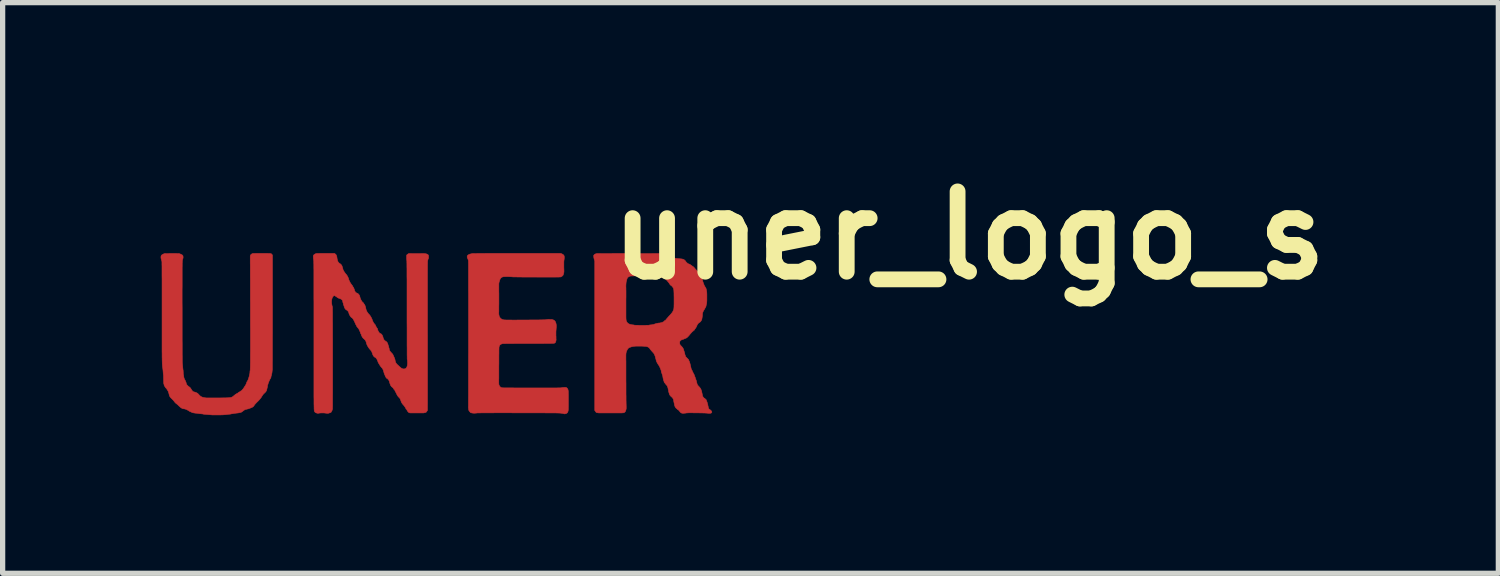
<source format=kicad_pcb>
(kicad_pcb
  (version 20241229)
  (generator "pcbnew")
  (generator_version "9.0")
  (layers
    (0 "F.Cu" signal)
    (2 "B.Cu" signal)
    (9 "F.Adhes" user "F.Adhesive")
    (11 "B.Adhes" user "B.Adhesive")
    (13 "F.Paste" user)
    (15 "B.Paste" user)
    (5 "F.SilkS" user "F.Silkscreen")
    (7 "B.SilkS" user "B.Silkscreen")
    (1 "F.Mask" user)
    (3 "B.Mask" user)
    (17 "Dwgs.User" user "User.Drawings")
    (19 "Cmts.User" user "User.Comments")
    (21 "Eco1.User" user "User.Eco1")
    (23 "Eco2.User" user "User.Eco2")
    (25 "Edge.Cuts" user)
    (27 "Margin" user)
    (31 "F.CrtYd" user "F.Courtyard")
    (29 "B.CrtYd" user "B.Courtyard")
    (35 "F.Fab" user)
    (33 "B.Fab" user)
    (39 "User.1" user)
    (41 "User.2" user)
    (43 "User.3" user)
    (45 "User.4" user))
  (footprint "uner_logo_s"
    (layer "F.Cu")
    (at 15.345 1.418)
    (property "Reference" "uner_logo_s" (at 0 0 0) (layer "F.SilkS") (effects (font (size 1.524 1.524) (thickness 0.3))))
    (attr through_hole)
    (fp_poly (pts (xy -7.733 0.349) (xy -7.712 0.36) (xy -7.696 0.373) (xy -7.688 0.385) (xy -7.685 0.397) (xy -7.683 0.414) (xy -7.684 0.436) (xy -7.687 0.462) (xy -7.69 0.479) (xy -7.691 0.491) (xy -7.692 0.507) (xy -7.692 0.529) (xy -7.692 0.555) (xy -7.692 0.588) (xy -7.692 0.604) (xy -7.691 0.633) (xy -7.69 0.657) (xy -7.69 0.675) (xy -7.69 0.689) (xy -7.691 0.699) (xy -7.692 0.707) (xy -7.693 0.714) (xy -7.695 0.72) (xy -7.697 0.725) (xy -7.701 0.737) (xy -7.703 0.746) (xy -7.704 0.751) (xy -7.707 0.756) (xy -7.714 0.764) (xy -7.724 0.773) (xy -7.735 0.781) (xy -7.741 0.785) (xy -7.743 0.786) (xy -7.745 0.787) (xy -7.748 0.788) (xy -7.752 0.789) (xy -7.758 0.789) (xy -7.766 0.79) (xy -7.775 0.79) (xy -7.788 0.791) (xy -7.803 0.791) (xy -7.822 0.791) (xy -7.845 0.792) (xy -7.872 0.792) (xy -7.904 0.792) (xy -7.94 0.792) (xy -7.982 0.792) (xy -8.029 0.792) (xy -8.082 0.792) (xy -8.142 0.792) (xy -8.201 0.792) (xy -8.265 0.791) (xy -8.325 0.791) (xy -8.382 0.791) (xy -8.435 0.791) (xy -8.483 0.791) (xy -8.526 0.79) (xy -8.565 0.79) (xy -8.598 0.789) (xy -8.625 0.789) (xy -8.646 0.789) (xy -8.661 0.788) (xy -8.669 0.788) (xy -8.67 0.788) (xy -8.682 0.786) (xy -8.7 0.785) (xy -8.722 0.784) (xy -8.746 0.783) (xy -8.771 0.783) (xy -8.794 0.783) (xy -8.815 0.784) (xy -8.832 0.784) (xy -8.838 0.785) (xy -8.861 0.791) (xy -8.879 0.801) (xy -8.894 0.818) (xy -8.906 0.84) (xy -8.914 0.865) (xy -8.918 0.879) (xy -8.922 0.893) (xy -8.923 0.9) (xy -8.925 0.909) (xy -8.926 0.923) (xy -8.926 0.943) (xy -8.926 0.965) (xy -8.926 0.978) (xy -8.926 1.002) (xy -8.926 1.031) (xy -8.926 1.064) (xy -8.925 1.101) (xy -8.925 1.141) (xy -8.925 1.182) (xy -8.925 1.223) (xy -8.925 1.264) (xy -8.925 1.303) (xy -8.926 1.34) (xy -8.926 1.374) (xy -8.926 1.403) (xy -8.926 1.427) (xy -8.926 1.44) (xy -8.927 1.464) (xy -8.927 1.482) (xy -8.926 1.496) (xy -8.925 1.507) (xy -8.923 1.516) (xy -8.921 1.523) (xy -8.918 1.535) (xy -8.916 1.544) (xy -8.915 1.548) (xy -8.913 1.551) (xy -8.91 1.552) (xy -8.906 1.557) (xy -8.905 1.559) (xy -8.902 1.564) (xy -8.896 1.571) (xy -8.887 1.579) (xy -8.879 1.586) (xy -8.872 1.589) (xy -8.871 1.589) (xy -8.865 1.592) (xy -8.863 1.595) (xy -8.859 1.599) (xy -8.857 1.6) (xy -8.853 1.6) (xy -8.843 1.601) (xy -8.831 1.603) (xy -8.831 1.603) (xy -8.825 1.604) (xy -8.816 1.605) (xy -8.803 1.605) (xy -8.787 1.606) (xy -8.766 1.606) (xy -8.741 1.606) (xy -8.711 1.606) (xy -8.675 1.607) (xy -8.634 1.607) (xy -8.587 1.607) (xy -8.534 1.606) (xy -8.475 1.606) (xy -8.429 1.606) (xy -8.367 1.606) (xy -8.311 1.605) (xy -8.261 1.605) (xy -8.218 1.605) (xy -8.179 1.605) (xy -8.147 1.604) (xy -8.118 1.604) (xy -8.095 1.603) (xy -8.075 1.603) (xy -8.058 1.602) (xy -8.045 1.602) (xy -8.035 1.601) (xy -8.027 1.6) (xy -8.021 1.599) (xy -8.017 1.598) (xy -8.014 1.597) (xy -8.008 1.596) (xy -8.006 1.596) (xy -7.996 1.597) (xy -7.987 1.598) (xy -7.981 1.597) (xy -7.98 1.596) (xy -7.979 1.593) (xy -7.977 1.592) (xy -7.972 1.591) (xy -7.971 1.593) (xy -7.969 1.596) (xy -7.962 1.598) (xy -7.949 1.597) (xy -7.942 1.597) (xy -7.93 1.596) (xy -7.922 1.596) (xy -7.919 1.597) (xy -7.915 1.599) (xy -7.907 1.6) (xy -7.898 1.602) (xy -7.887 1.607) (xy -7.879 1.611) (xy -7.868 1.619) (xy -7.859 1.629) (xy -7.851 1.643) (xy -7.851 1.644) (xy -7.843 1.663) (xy -7.838 1.685) (xy -7.835 1.711) (xy -7.835 1.741) (xy -7.838 1.775) (xy -7.839 1.794) (xy -7.841 1.815) (xy -7.842 1.838) (xy -7.842 1.861) (xy -7.842 1.882) (xy -7.842 1.901) (xy -7.841 1.915) (xy -7.84 1.925) (xy -7.84 1.928) (xy -7.838 1.934) (xy -7.839 1.935) (xy -7.841 1.938) (xy -7.842 1.945) (xy -7.841 1.955) (xy -7.839 1.96) (xy -7.839 1.964) (xy -7.839 1.973) (xy -7.839 1.978) (xy -7.842 2.005) (xy -7.851 2.028) (xy -7.853 2.032) (xy -7.858 2.039) (xy -7.865 2.044) (xy -7.877 2.047) (xy -7.879 2.048) (xy -7.884 2.048) (xy -7.894 2.049) (xy -7.908 2.049) (xy -7.928 2.05) (xy -7.952 2.05) (xy -7.981 2.051) (xy -8.017 2.051) (xy -8.058 2.051) (xy -8.104 2.052) (xy -8.157 2.052) (xy -8.217 2.052) (xy -8.283 2.052) (xy -8.356 2.052) (xy -8.374 2.052) (xy -8.442 2.052) (xy -8.503 2.052) (xy -8.559 2.052) (xy -8.608 2.052) (xy -8.651 2.053) (xy -8.689 2.053) (xy -8.722 2.053) (xy -8.751 2.053) (xy -8.775 2.053) (xy -8.796 2.054) (xy -8.813 2.054) (xy -8.827 2.054) (xy -8.839 2.055) (xy -8.848 2.055) (xy -8.855 2.056) (xy -8.86 2.057) (xy -8.864 2.058) (xy -8.868 2.058) (xy -8.868 2.059) (xy -8.887 2.067) (xy -8.902 2.077) (xy -8.911 2.089) (xy -8.914 2.096) (xy -8.917 2.106) (xy -8.921 2.113) (xy -8.921 2.116) (xy -8.922 2.124) (xy -8.923 2.136) (xy -8.923 2.154) (xy -8.924 2.177) (xy -8.924 2.205) (xy -8.924 2.24) (xy -8.925 2.28) (xy -8.925 2.327) (xy -8.925 2.381) (xy -8.925 2.432) (xy -8.926 2.479) (xy -8.926 2.526) (xy -8.926 2.57) (xy -8.926 2.612) (xy -8.926 2.651) (xy -8.926 2.686) (xy -8.926 2.717) (xy -8.927 2.743) (xy -8.927 2.764) (xy -8.927 2.779) (xy -8.927 2.785) (xy -8.927 2.802) (xy -8.926 2.816) (xy -8.926 2.827) (xy -8.925 2.831) (xy -8.922 2.839) (xy -8.921 2.842) (xy -8.912 2.861) (xy -8.898 2.877) (xy -8.88 2.889) (xy -8.878 2.89) (xy -8.875 2.891) (xy -8.871 2.891) (xy -8.865 2.892) (xy -8.858 2.893) (xy -8.848 2.893) (xy -8.836 2.894) (xy -8.821 2.894) (xy -8.803 2.894) (xy -8.781 2.895) (xy -8.755 2.895) (xy -8.726 2.895) (xy -8.691 2.895) (xy -8.652 2.895) (xy -8.608 2.896) (xy -8.558 2.896) (xy -8.502 2.896) (xy -8.44 2.896) (xy -8.371 2.896) (xy -8.314 2.896) (xy -8.239 2.896) (xy -8.171 2.896) (xy -8.109 2.896) (xy -8.054 2.896) (xy -8.005 2.896) (xy -7.96 2.896) (xy -7.921 2.896) (xy -7.887 2.896) (xy -7.858 2.896) (xy -7.832 2.896) (xy -7.811 2.895) (xy -7.792 2.895) (xy -7.777 2.895) (xy -7.765 2.894) (xy -7.755 2.894) (xy -7.748 2.893) (xy -7.742 2.893) (xy -7.738 2.892) (xy -7.737 2.892) (xy -7.723 2.889) (xy -7.705 2.887) (xy -7.686 2.886) (xy -7.68 2.886) (xy -7.664 2.886) (xy -7.653 2.887) (xy -7.646 2.889) (xy -7.64 2.891) (xy -7.634 2.896) (xy -7.632 2.898) (xy -7.621 2.911) (xy -7.613 2.929) (xy -7.613 2.931) (xy -7.611 2.936) (xy -7.61 2.942) (xy -7.609 2.949) (xy -7.608 2.958) (xy -7.607 2.969) (xy -7.607 2.983) (xy -7.607 3.001) (xy -7.606 3.024) (xy -7.606 3.052) (xy -7.606 3.085) (xy -7.606 3.125) (xy -7.606 3.17) (xy -7.606 3.208) (xy -7.606 3.241) (xy -7.607 3.267) (xy -7.607 3.289) (xy -7.608 3.306) (xy -7.609 3.319) (xy -7.61 3.329) (xy -7.611 3.336) (xy -7.613 3.341) (xy -7.614 3.343) (xy -7.614 3.343) (xy -7.618 3.35) (xy -7.619 3.353) (xy -7.622 3.362) (xy -7.63 3.371) (xy -7.643 3.379) (xy -7.655 3.384) (xy -7.667 3.387) (xy -7.674 3.388) (xy -7.681 3.388) (xy -7.69 3.386) (xy -7.693 3.385) (xy -7.701 3.383) (xy -7.708 3.382) (xy -7.714 3.38) (xy -7.72 3.379) (xy -7.726 3.378) (xy -7.733 3.377) (xy -7.74 3.376) (xy -7.749 3.375) (xy -7.759 3.374) (xy -7.77 3.373) (xy -7.783 3.373) (xy -7.799 3.372) (xy -7.817 3.372) (xy -7.838 3.371) (xy -7.862 3.371) (xy -7.89 3.37) (xy -7.921 3.37) (xy -7.957 3.37) (xy -7.996 3.37) (xy -8.04 3.37) (xy -8.09 3.369) (xy -8.144 3.369) (xy -8.204 3.369) (xy -8.27 3.369) (xy -8.341 3.369) (xy -8.42 3.369) (xy -8.505 3.369) (xy -8.54 3.369) (xy -8.641 3.369) (xy -8.736 3.368) (xy -8.823 3.368) (xy -8.904 3.368) (xy -8.977 3.368) (xy -9.044 3.369) (xy -9.103 3.369) (xy -9.156 3.369) (xy -9.202 3.369) (xy -9.241 3.369) (xy -9.274 3.37) (xy -9.3 3.37) (xy -9.319 3.37) (xy -9.332 3.371) (xy -9.338 3.371) (xy -9.338 3.371) (xy -9.359 3.374) (xy -9.383 3.375) (xy -9.406 3.375) (xy -9.426 3.373) (xy -9.434 3.371) (xy -9.446 3.369) (xy -9.455 3.367) (xy -9.458 3.366) (xy -9.463 3.365) (xy -9.464 3.363) (xy -9.467 3.359) (xy -9.473 3.352) (xy -9.478 3.347) (xy -9.487 3.336) (xy -9.494 3.325) (xy -9.496 3.32) (xy -9.498 3.311) (xy -9.5 3.296) (xy -9.502 3.281) (xy -9.504 3.265) (xy -9.504 3.253) (xy -9.503 3.25) (xy -9.503 3.245) (xy -9.503 3.234) (xy -9.503 3.216) (xy -9.503 3.192) (xy -9.503 3.162) (xy -9.503 3.126) (xy -9.503 3.085) (xy -9.502 3.039) (xy -9.502 2.989) (xy -9.502 2.933) (xy -9.502 2.874) (xy -9.502 2.811) (xy -9.502 2.744) (xy -9.502 2.675) (xy -9.502 2.602) (xy -9.502 2.526) (xy -9.502 2.448) (xy -9.502 2.369) (xy -9.502 2.287) (xy -9.501 2.204) (xy -9.501 2.119) (xy -9.501 2.034) (xy -9.501 1.948) (xy -9.501 1.862) (xy -9.501 1.776) (xy -9.501 1.69) (xy -9.501 1.605) (xy -9.501 1.521) (xy -9.501 1.438) (xy -9.501 1.356) (xy -9.501 1.276) (xy -9.501 1.198) (xy -9.501 1.123) (xy -9.502 1.05) (xy -9.502 0.98) (xy -9.502 0.914) (xy -9.502 0.851) (xy -9.502 0.792) (xy -9.502 0.736) (xy -9.502 0.686) (xy -9.502 0.64) (xy -9.502 0.599) (xy -9.502 0.564) (xy -9.502 0.534) (xy -9.503 0.51) (xy -9.503 0.492) (xy -9.503 0.481) (xy -9.503 0.476) (xy -9.503 0.476) (xy -9.506 0.471) (xy -9.509 0.461) (xy -9.511 0.455) (xy -9.514 0.445) (xy -9.517 0.439) (xy -9.518 0.438) (xy -9.52 0.435) (xy -9.523 0.428) (xy -9.526 0.418) (xy -9.527 0.409) (xy -9.527 0.403) (xy -9.524 0.39) (xy -9.519 0.381) (xy -9.513 0.375) (xy -9.502 0.368) (xy -9.493 0.363) (xy -9.485 0.359) (xy -9.476 0.356) (xy -9.465 0.353) (xy -9.45 0.35) (xy -9.441 0.348) (xy -9.438 0.347) (xy -9.434 0.346) (xy -9.428 0.346) (xy -9.421 0.345) (xy -9.412 0.345) (xy -9.401 0.345) (xy -9.387 0.344) (xy -9.371 0.344) (xy -9.352 0.344) (xy -9.33 0.343) (xy -9.304 0.343) (xy -9.274 0.343) (xy -9.241 0.343) (xy -9.203 0.343) (xy -9.161 0.342) (xy -9.113 0.342) (xy -9.061 0.342) (xy -9.003 0.342) (xy -8.94 0.342) (xy -8.871 0.342) (xy -8.795 0.342) (xy -8.713 0.342) (xy -8.624 0.342) (xy -7.753 0.342) (xy -7.733 0.349)) (stroke (width 0.01) (type solid)) (fill yes) (layer "F.Cu"))
    (fp_poly (pts (xy -13.387 0.342) (xy -13.353 0.342) (xy -13.325 0.342) (xy -13.302 0.343) (xy -13.284 0.343) (xy -13.27 0.344) (xy -13.259 0.346) (xy -13.251 0.347) (xy -13.245 0.35) (xy -13.241 0.353) (xy -13.237 0.356) (xy -13.234 0.361) (xy -13.231 0.364) (xy -13.223 0.375) (xy -13.223 1.448) (xy -13.223 1.536) (xy -13.223 1.621) (xy -13.223 1.705) (xy -13.223 1.786) (xy -13.223 1.865) (xy -13.224 1.941) (xy -13.224 2.013) (xy -13.224 2.083) (xy -13.224 2.148) (xy -13.224 2.21) (xy -13.224 2.268) (xy -13.224 2.32) (xy -13.224 2.368) (xy -13.225 2.411) (xy -13.225 2.449) (xy -13.225 2.481) (xy -13.225 2.507) (xy -13.225 2.526) (xy -13.225 2.539) (xy -13.226 2.546) (xy -13.226 2.546) (xy -13.229 2.578) (xy -13.232 2.605) (xy -13.236 2.628) (xy -13.241 2.649) (xy -13.243 2.657) (xy -13.248 2.672) (xy -13.251 2.687) (xy -13.253 2.697) (xy -13.253 2.7) (xy -13.255 2.708) (xy -13.257 2.712) (xy -13.258 2.712) (xy -13.261 2.715) (xy -13.267 2.724) (xy -13.273 2.736) (xy -13.281 2.752) (xy -13.288 2.769) (xy -13.296 2.787) (xy -13.302 2.804) (xy -13.307 2.819) (xy -13.31 2.83) (xy -13.311 2.835) (xy -13.312 2.84) (xy -13.314 2.84) (xy -13.316 2.843) (xy -13.316 2.851) (xy -13.316 2.851) (xy -13.317 2.861) (xy -13.319 2.874) (xy -13.321 2.884) (xy -13.325 2.901) (xy -13.329 2.918) (xy -13.331 2.927) (xy -13.334 2.939) (xy -13.338 2.948) (xy -13.34 2.952) (xy -13.344 2.958) (xy -13.345 2.961) (xy -13.347 2.965) (xy -13.354 2.973) (xy -13.365 2.984) (xy -13.381 3) (xy -13.387 3.005) (xy -13.398 3.017) (xy -13.408 3.03) (xy -13.411 3.035) (xy -13.418 3.046) (xy -13.423 3.054) (xy -13.426 3.057) (xy -13.43 3.062) (xy -13.43 3.065) (xy -13.433 3.07) (xy -13.439 3.079) (xy -13.447 3.09) (xy -13.458 3.103) (xy -13.469 3.117) (xy -13.48 3.129) (xy -13.489 3.139) (xy -13.491 3.141) (xy -13.521 3.17) (xy -13.546 3.196) (xy -13.564 3.218) (xy -13.577 3.238) (xy -13.58 3.242) (xy -13.586 3.249) (xy -13.591 3.252) (xy -13.597 3.255) (xy -13.598 3.257) (xy -13.601 3.259) (xy -13.608 3.264) (xy -13.613 3.266) (xy -13.625 3.271) (xy -13.637 3.276) (xy -13.64 3.277) (xy -13.649 3.281) (xy -13.655 3.283) (xy -13.656 3.283) (xy -13.662 3.285) (xy -13.671 3.289) (xy -13.671 3.289) (xy -13.682 3.293) (xy -13.692 3.295) (xy -13.704 3.297) (xy -13.713 3.3) (xy -13.724 3.302) (xy -13.731 3.304) (xy -13.74 3.306) (xy -13.753 3.313) (xy -13.77 3.325) (xy -13.789 3.339) (xy -13.799 3.347) (xy -13.807 3.352) (xy -13.812 3.355) (xy -13.812 3.355) (xy -13.816 3.357) (xy -13.818 3.358) (xy -13.826 3.361) (xy -13.841 3.364) (xy -13.861 3.368) (xy -13.887 3.372) (xy -13.918 3.375) (xy -13.931 3.377) (xy -13.944 3.378) (xy -13.96 3.381) (xy -13.975 3.384) (xy -13.989 3.386) (xy -14.001 3.388) (xy -14.009 3.389) (xy -14.009 3.389) (xy -14.017 3.39) (xy -14.02 3.392) (xy -14.025 3.394) (xy -14.027 3.394) (xy -14.032 3.394) (xy -14.043 3.394) (xy -14.058 3.396) (xy -14.076 3.398) (xy -14.086 3.4) (xy -14.107 3.402) (xy -14.128 3.404) (xy -14.15 3.406) (xy -14.175 3.407) (xy -14.204 3.408) (xy -14.239 3.408) (xy -14.243 3.408) (xy -14.271 3.408) (xy -14.297 3.409) (xy -14.321 3.409) (xy -14.342 3.409) (xy -14.357 3.408) (xy -14.367 3.408) (xy -14.368 3.408) (xy -14.379 3.407) (xy -14.396 3.406) (xy -14.416 3.404) (xy -14.438 3.402) (xy -14.455 3.401) (xy -14.476 3.399) (xy -14.496 3.397) (xy -14.512 3.396) (xy -14.523 3.395) (xy -14.528 3.394) (xy -14.537 3.393) (xy -14.541 3.392) (xy -14.546 3.39) (xy -14.556 3.389) (xy -14.569 3.388) (xy -14.575 3.387) (xy -14.59 3.386) (xy -14.602 3.385) (xy -14.609 3.384) (xy -14.611 3.383) (xy -14.616 3.382) (xy -14.627 3.381) (xy -14.641 3.379) (xy -14.649 3.378) (xy -14.666 3.376) (xy -14.682 3.375) (xy -14.694 3.373) (xy -14.697 3.373) (xy -14.721 3.369) (xy -14.741 3.365) (xy -14.755 3.359) (xy -14.76 3.356) (xy -14.768 3.352) (xy -14.774 3.35) (xy -14.774 3.35) (xy -14.78 3.348) (xy -14.791 3.343) (xy -14.804 3.335) (xy -14.82 3.325) (xy -14.825 3.322) (xy -14.836 3.316) (xy -14.844 3.311) (xy -14.848 3.31) (xy -14.852 3.308) (xy -14.852 3.307) (xy -14.855 3.304) (xy -14.863 3.302) (xy -14.866 3.301) (xy -14.875 3.299) (xy -14.882 3.297) (xy -14.883 3.296) (xy -14.888 3.295) (xy -14.898 3.293) (xy -14.9 3.293) (xy -14.923 3.29) (xy -14.944 3.281) (xy -14.966 3.267) (xy -14.989 3.246) (xy -14.997 3.239) (xy -15.01 3.226) (xy -15.024 3.213) (xy -15.035 3.204) (xy -15.04 3.2) (xy -15.053 3.19) (xy -15.064 3.181) (xy -15.075 3.169) (xy -15.087 3.153) (xy -15.091 3.148) (xy -15.101 3.136) (xy -15.114 3.121) (xy -15.129 3.106) (xy -15.138 3.097) (xy -15.155 3.08) (xy -15.167 3.065) (xy -15.176 3.049) (xy -15.182 3.031) (xy -15.187 3.009) (xy -15.193 2.987) (xy -15.201 2.965) (xy -15.211 2.945) (xy -15.219 2.933) (xy -15.226 2.922) (xy -15.232 2.912) (xy -15.233 2.91) (xy -15.238 2.902) (xy -15.244 2.898) (xy -15.25 2.895) (xy -15.251 2.893) (xy -15.253 2.889) (xy -15.258 2.88) (xy -15.265 2.87) (xy -15.266 2.869) (xy -15.273 2.857) (xy -15.278 2.847) (xy -15.28 2.84) (xy -15.28 2.84) (xy -15.281 2.832) (xy -15.284 2.821) (xy -15.285 2.821) (xy -15.286 2.814) (xy -15.288 2.8) (xy -15.289 2.781) (xy -15.29 2.755) (xy -15.29 2.728) (xy -15.291 2.704) (xy -15.291 2.683) (xy -15.292 2.665) (xy -15.292 2.652) (xy -15.293 2.644) (xy -15.294 2.642) (xy -15.295 2.637) (xy -15.296 2.627) (xy -15.297 2.613) (xy -15.298 2.596) (xy -15.3 2.574) (xy -15.302 2.551) (xy -15.305 2.529) (xy -15.306 2.517) (xy -15.308 2.509) (xy -15.309 2.5) (xy -15.31 2.492) (xy -15.311 2.483) (xy -15.312 2.473) (xy -15.313 2.463) (xy -15.314 2.451) (xy -15.315 2.438) (xy -15.315 2.423) (xy -15.316 2.406) (xy -15.316 2.387) (xy -15.317 2.365) (xy -15.317 2.341) (xy -15.318 2.313) (xy -15.318 2.282) (xy -15.318 2.247) (xy -15.319 2.209) (xy -15.319 2.166) (xy -15.319 2.119) (xy -15.319 2.068) (xy -15.319 2.011) (xy -15.319 1.949) (xy -15.319 1.882) (xy -15.319 1.809) (xy -15.319 1.73) (xy -15.319 1.644) (xy -15.319 1.552) (xy -15.319 1.453) (xy -15.319 1.443) (xy -15.319 1.334) (xy -15.319 1.233) (xy -15.319 1.138) (xy -15.319 1.051) (xy -15.319 0.97) (xy -15.319 0.896) (xy -15.319 0.828) (xy -15.32 0.767) (xy -15.32 0.712) (xy -15.32 0.664) (xy -15.32 0.621) (xy -15.32 0.585) (xy -15.321 0.555) (xy -15.321 0.53) (xy -15.321 0.512) (xy -15.322 0.499) (xy -15.322 0.492) (xy -15.322 0.49) (xy -15.326 0.485) (xy -15.326 0.481) (xy -15.327 0.474) (xy -15.33 0.463) (xy -15.334 0.452) (xy -15.339 0.431) (xy -15.34 0.412) (xy -15.338 0.394) (xy -15.333 0.381) (xy -15.33 0.377) (xy -15.322 0.37) (xy -15.31 0.363) (xy -15.296 0.355) (xy -15.282 0.349) (xy -15.275 0.346) (xy -15.269 0.346) (xy -15.258 0.345) (xy -15.241 0.344) (xy -15.22 0.344) (xy -15.196 0.344) (xy -15.17 0.343) (xy -15.143 0.343) (xy -15.115 0.343) (xy -15.089 0.343) (xy -15.063 0.343) (xy -15.04 0.344) (xy -15.021 0.344) (xy -15.006 0.345) (xy -14.996 0.345) (xy -14.993 0.346) (xy -14.988 0.349) (xy -14.985 0.349) (xy -14.979 0.351) (xy -14.969 0.355) (xy -14.957 0.361) (xy -14.954 0.362) (xy -14.939 0.37) (xy -14.93 0.377) (xy -14.924 0.384) (xy -14.924 0.386) (xy -14.921 0.397) (xy -14.919 0.411) (xy -14.92 0.425) (xy -14.922 0.437) (xy -14.923 0.441) (xy -14.926 0.447) (xy -14.929 0.459) (xy -14.932 0.472) (xy -14.932 0.473) (xy -14.933 0.476) (xy -14.933 0.48) (xy -14.934 0.486) (xy -14.934 0.493) (xy -14.935 0.502) (xy -14.935 0.514) (xy -14.936 0.527) (xy -14.936 0.544) (xy -14.936 0.563) (xy -14.936 0.585) (xy -14.937 0.61) (xy -14.937 0.64) (xy -14.937 0.673) (xy -14.937 0.71) (xy -14.937 0.752) (xy -14.937 0.798) (xy -14.937 0.849) (xy -14.937 0.906) (xy -14.937 0.967) (xy -14.938 1.035) (xy -14.938 1.108) (xy -14.938 1.188) (xy -14.938 1.274) (xy -14.937 1.366) (xy -14.937 1.442) (xy -14.937 1.529) (xy -14.937 1.613) (xy -14.937 1.695) (xy -14.937 1.774) (xy -14.937 1.849) (xy -14.937 1.922) (xy -14.937 1.99) (xy -14.936 2.055) (xy -14.936 2.115) (xy -14.936 2.171) (xy -14.936 2.222) (xy -14.936 2.268) (xy -14.935 2.309) (xy -14.935 2.343) (xy -14.935 2.373) (xy -14.935 2.395) (xy -14.934 2.412) (xy -14.934 2.421) (xy -14.934 2.423) (xy -14.929 2.471) (xy -14.925 2.515) (xy -14.921 2.552) (xy -14.92 2.553) (xy -14.918 2.572) (xy -14.917 2.593) (xy -14.916 2.612) (xy -14.916 2.612) (xy -14.916 2.626) (xy -14.915 2.637) (xy -14.913 2.643) (xy -14.913 2.644) (xy -14.911 2.648) (xy -14.91 2.658) (xy -14.908 2.67) (xy -14.908 2.671) (xy -14.905 2.693) (xy -14.9 2.713) (xy -14.891 2.733) (xy -14.886 2.742) (xy -14.878 2.757) (xy -14.871 2.773) (xy -14.865 2.788) (xy -14.861 2.8) (xy -14.859 2.809) (xy -14.859 2.809) (xy -14.857 2.82) (xy -14.849 2.834) (xy -14.838 2.847) (xy -14.828 2.857) (xy -14.819 2.864) (xy -14.813 2.87) (xy -14.81 2.873) (xy -14.806 2.875) (xy -14.804 2.876) (xy -14.798 2.878) (xy -14.79 2.886) (xy -14.781 2.896) (xy -14.773 2.907) (xy -14.767 2.917) (xy -14.76 2.93) (xy -14.75 2.943) (xy -14.74 2.956) (xy -14.732 2.963) (xy -14.723 2.968) (xy -14.717 2.97) (xy -14.693 2.976) (xy -14.674 2.983) (xy -14.655 2.992) (xy -14.65 2.995) (xy -14.643 3) (xy -14.634 3.008) (xy -14.627 3.015) (xy -14.617 3.026) (xy -14.607 3.037) (xy -14.602 3.042) (xy -14.582 3.058) (xy -14.557 3.07) (xy -14.525 3.079) (xy -14.491 3.084) (xy -14.48 3.085) (xy -14.464 3.086) (xy -14.442 3.086) (xy -14.415 3.086) (xy -14.385 3.086) (xy -14.351 3.086) (xy -14.316 3.086) (xy -14.279 3.086) (xy -14.243 3.086) (xy -14.206 3.085) (xy -14.171 3.085) (xy -14.138 3.084) (xy -14.108 3.084) (xy -14.082 3.083) (xy -14.061 3.082) (xy -14.045 3.081) (xy -14.04 3.081) (xy -14.014 3.077) (xy -13.993 3.07) (xy -13.974 3.059) (xy -13.957 3.045) (xy -13.949 3.038) (xy -13.943 3.033) (xy -13.941 3.032) (xy -13.937 3.03) (xy -13.934 3.025) (xy -13.929 3.02) (xy -13.926 3.018) (xy -13.921 3.016) (xy -13.912 3.011) (xy -13.906 3.008) (xy -13.897 3.001) (xy -13.89 2.998) (xy -13.888 2.997) (xy -13.883 2.995) (xy -13.876 2.989) (xy -13.87 2.984) (xy -13.861 2.977) (xy -13.853 2.973) (xy -13.85 2.972) (xy -13.845 2.97) (xy -13.837 2.964) (xy -13.834 2.962) (xy -13.827 2.956) (xy -13.822 2.953) (xy -13.821 2.953) (xy -13.818 2.952) (xy -13.811 2.947) (xy -13.802 2.938) (xy -13.792 2.927) (xy -13.782 2.916) (xy -13.774 2.905) (xy -13.773 2.903) (xy -13.766 2.893) (xy -13.761 2.885) (xy -13.758 2.881) (xy -13.758 2.88) (xy -13.756 2.877) (xy -13.751 2.869) (xy -13.744 2.859) (xy -13.742 2.856) (xy -13.735 2.844) (xy -13.729 2.835) (xy -13.726 2.829) (xy -13.726 2.828) (xy -13.724 2.822) (xy -13.721 2.817) (xy -13.717 2.808) (xy -13.716 2.802) (xy -13.714 2.795) (xy -13.712 2.792) (xy -13.709 2.787) (xy -13.709 2.785) (xy -13.708 2.78) (xy -13.703 2.773) (xy -13.702 2.772) (xy -13.697 2.765) (xy -13.694 2.758) (xy -13.694 2.757) (xy -13.693 2.752) (xy -13.691 2.751) (xy -13.688 2.748) (xy -13.685 2.74) (xy -13.685 2.739) (xy -13.683 2.73) (xy -13.68 2.724) (xy -13.68 2.724) (xy -13.677 2.718) (xy -13.675 2.712) (xy -13.673 2.703) (xy -13.669 2.691) (xy -13.667 2.684) (xy -13.665 2.676) (xy -13.662 2.663) (xy -13.659 2.647) (xy -13.655 2.632) (xy -13.652 2.617) (xy -13.65 2.605) (xy -13.648 2.597) (xy -13.648 2.595) (xy -13.65 2.595) (xy -13.652 2.596) (xy -13.654 2.596) (xy -13.652 2.592) (xy -13.651 2.589) (xy -13.65 2.586) (xy -13.649 2.581) (xy -13.648 2.575) (xy -13.647 2.567) (xy -13.646 2.557) (xy -13.645 2.544) (xy -13.645 2.53) (xy -13.644 2.513) (xy -13.644 2.493) (xy -13.643 2.47) (xy -13.643 2.443) (xy -13.642 2.413) (xy -13.642 2.38) (xy -13.642 2.342) (xy -13.642 2.3) (xy -13.642 2.253) (xy -13.641 2.202) (xy -13.641 2.146) (xy -13.641 2.085) (xy -13.641 2.018) (xy -13.641 1.945) (xy -13.641 1.867) (xy -13.641 1.783) (xy -13.642 1.692) (xy -13.642 1.595) (xy -13.642 1.49) (xy -13.642 1.452) (xy -13.642 1.368) (xy -13.642 1.285) (xy -13.643 1.204) (xy -13.643 1.125) (xy -13.643 1.049) (xy -13.643 0.976) (xy -13.643 0.906) (xy -13.643 0.84) (xy -13.644 0.778) (xy -13.644 0.719) (xy -13.644 0.665) (xy -13.644 0.615) (xy -13.644 0.571) (xy -13.645 0.531) (xy -13.645 0.497) (xy -13.645 0.469) (xy -13.645 0.447) (xy -13.645 0.432) (xy -13.645 0.423) (xy -13.645 0.421) (xy -13.645 0.397) (xy -13.641 0.379) (xy -13.632 0.364) (xy -13.617 0.353) (xy -13.611 0.349) (xy -13.607 0.348) (xy -13.603 0.346) (xy -13.598 0.345) (xy -13.591 0.344) (xy -13.582 0.343) (xy -13.57 0.343) (xy -13.554 0.343) (xy -13.535 0.342) (xy -13.51 0.342) (xy -13.479 0.342) (xy -13.443 0.342) (xy -13.427 0.342) (xy -13.387 0.342)) (stroke (width 0.01) (type solid)) (fill yes) (layer "F.Cu"))
    (fp_poly (pts (xy -6.511 0.343) (xy -6.453 0.343) (xy -6.395 0.343) (xy -6.338 0.344) (xy -6.281 0.344) (xy -6.226 0.344) (xy -6.172 0.344) (xy -6.121 0.344) (xy -6.072 0.344) (xy -6.026 0.344) (xy -5.983 0.345) (xy -5.945 0.345) (xy -5.91 0.345) (xy -5.881 0.345) (xy -5.856 0.346) (xy -5.838 0.346) (xy -5.825 0.346) (xy -5.819 0.347) (xy -5.785 0.352) (xy -5.757 0.357) (xy -5.736 0.362) (xy -5.721 0.367) (xy -5.714 0.371) (xy -5.708 0.374) (xy -5.705 0.374) (xy -5.698 0.376) (xy -5.69 0.382) (xy -5.689 0.383) (xy -5.679 0.39) (xy -5.67 0.394) (xy -5.669 0.394) (xy -5.66 0.398) (xy -5.655 0.401) (xy -5.649 0.405) (xy -5.639 0.411) (xy -5.634 0.413) (xy -5.623 0.419) (xy -5.614 0.423) (xy -5.611 0.425) (xy -5.596 0.43) (xy -5.574 0.435) (xy -5.545 0.439) (xy -5.516 0.442) (xy -5.487 0.444) (xy -5.465 0.446) (xy -5.447 0.449) (xy -5.434 0.452) (xy -5.423 0.455) (xy -5.414 0.46) (xy -5.405 0.465) (xy -5.404 0.466) (xy -5.394 0.475) (xy -5.386 0.483) (xy -5.382 0.488) (xy -5.373 0.502) (xy -5.36 0.516) (xy -5.345 0.529) (xy -5.33 0.539) (xy -5.315 0.545) (xy -5.308 0.547) (xy -5.301 0.549) (xy -5.292 0.555) (xy -5.29 0.557) (xy -5.283 0.563) (xy -5.277 0.566) (xy -5.276 0.567) (xy -5.272 0.569) (xy -5.267 0.573) (xy -5.258 0.58) (xy -5.25 0.585) (xy -5.24 0.591) (xy -5.228 0.602) (xy -5.216 0.614) (xy -5.205 0.627) (xy -5.203 0.629) (xy -5.198 0.636) (xy -5.188 0.646) (xy -5.177 0.659) (xy -5.164 0.673) (xy -5.162 0.675) (xy -5.15 0.688) (xy -5.139 0.7) (xy -5.132 0.71) (xy -5.128 0.716) (xy -5.127 0.716) (xy -5.123 0.722) (xy -5.116 0.728) (xy -5.11 0.733) (xy -5.103 0.742) (xy -5.095 0.752) (xy -5.087 0.763) (xy -5.081 0.772) (xy -5.078 0.778) (xy -5.078 0.779) (xy -5.077 0.783) (xy -5.073 0.791) (xy -5.071 0.796) (xy -5.066 0.81) (xy -5.062 0.828) (xy -5.059 0.848) (xy -5.058 0.855) (xy -5.057 0.864) (xy -5.053 0.877) (xy -5.048 0.893) (xy -5.042 0.91) (xy -5.041 0.912) (xy -5.037 0.923) (xy -5.034 0.931) (xy -5.033 0.934) (xy -5.031 0.939) (xy -5.027 0.948) (xy -5.021 0.96) (xy -5.014 0.972) (xy -5.008 0.983) (xy -5.004 0.99) (xy -5.002 0.991) (xy -4.997 0.999) (xy -4.992 1.011) (xy -4.988 1.026) (xy -4.987 1.033) (xy -4.985 1.04) (xy -4.983 1.05) (xy -4.981 1.062) (xy -4.979 1.076) (xy -4.978 1.097) (xy -4.977 1.125) (xy -4.977 1.16) (xy -4.977 1.178) (xy -4.977 1.208) (xy -4.977 1.232) (xy -4.978 1.251) (xy -4.979 1.267) (xy -4.98 1.279) (xy -4.982 1.29) (xy -4.983 1.297) (xy -4.987 1.312) (xy -4.99 1.327) (xy -4.992 1.338) (xy -4.992 1.338) (xy -4.995 1.35) (xy -5 1.361) (xy -5.004 1.369) (xy -5.007 1.372) (xy -5.01 1.375) (xy -5.01 1.377) (xy -5.012 1.382) (xy -5.017 1.392) (xy -5.024 1.404) (xy -5.029 1.412) (xy -5.044 1.437) (xy -5.054 1.461) (xy -5.058 1.475) (xy -5.059 1.479) (xy -5.06 1.489) (xy -5.061 1.502) (xy -5.061 1.513) (xy -5.063 1.53) (xy -5.065 1.547) (xy -5.067 1.561) (xy -5.068 1.566) (xy -5.071 1.584) (xy -5.074 1.598) (xy -5.074 1.6) (xy -5.076 1.604) (xy -5.081 1.612) (xy -5.088 1.623) (xy -5.088 1.624) (xy -5.1 1.64) (xy -5.111 1.649) (xy -5.114 1.651) (xy -5.134 1.664) (xy -5.15 1.682) (xy -5.164 1.707) (xy -5.167 1.714) (xy -5.174 1.732) (xy -5.182 1.746) (xy -5.191 1.761) (xy -5.201 1.774) (xy -5.209 1.784) (xy -5.213 1.793) (xy -5.214 1.797) (xy -5.214 1.797) (xy -5.214 1.799) (xy -5.216 1.798) (xy -5.221 1.799) (xy -5.228 1.803) (xy -5.235 1.809) (xy -5.238 1.815) (xy -5.238 1.816) (xy -5.241 1.82) (xy -5.243 1.821) (xy -5.246 1.822) (xy -5.25 1.824) (xy -5.255 1.83) (xy -5.264 1.839) (xy -5.275 1.852) (xy -5.29 1.868) (xy -5.296 1.876) (xy -5.305 1.886) (xy -5.309 1.892) (xy -5.32 1.905) (xy -5.332 1.918) (xy -5.344 1.93) (xy -5.355 1.94) (xy -5.364 1.947) (xy -5.369 1.949) (xy -5.37 1.949) (xy -5.374 1.951) (xy -5.383 1.955) (xy -5.394 1.959) (xy -5.421 1.971) (xy -5.444 1.978) (xy -5.449 1.979) (xy -5.459 1.984) (xy -5.471 1.992) (xy -5.482 2.001) (xy -5.488 2.009) (xy -5.491 2.017) (xy -5.492 2.03) (xy -5.493 2.042) (xy -5.492 2.054) (xy -5.49 2.065) (xy -5.486 2.074) (xy -5.479 2.085) (xy -5.467 2.097) (xy -5.459 2.105) (xy -5.444 2.122) (xy -5.432 2.139) (xy -5.423 2.156) (xy -5.418 2.169) (xy -5.418 2.17) (xy -5.416 2.181) (xy -5.413 2.188) (xy -5.408 2.203) (xy -5.403 2.222) (xy -5.397 2.243) (xy -5.395 2.254) (xy -5.392 2.266) (xy -5.389 2.276) (xy -5.386 2.28) (xy -5.384 2.284) (xy -5.387 2.283) (xy -5.388 2.284) (xy -5.386 2.29) (xy -5.385 2.292) (xy -5.38 2.299) (xy -5.372 2.31) (xy -5.36 2.322) (xy -5.352 2.331) (xy -5.34 2.342) (xy -5.331 2.352) (xy -5.325 2.359) (xy -5.324 2.362) (xy -5.322 2.367) (xy -5.318 2.376) (xy -5.318 2.376) (xy -5.308 2.399) (xy -5.298 2.43) (xy -5.289 2.467) (xy -5.281 2.503) (xy -5.278 2.516) (xy -5.276 2.527) (xy -5.274 2.532) (xy -5.266 2.55) (xy -5.259 2.563) (xy -5.254 2.572) (xy -5.252 2.575) (xy -5.25 2.58) (xy -5.249 2.585) (xy -5.248 2.592) (xy -5.246 2.594) (xy -5.243 2.597) (xy -5.239 2.605) (xy -5.235 2.614) (xy -5.23 2.624) (xy -5.226 2.631) (xy -5.224 2.633) (xy -5.222 2.637) (xy -5.218 2.645) (xy -5.214 2.657) (xy -5.213 2.66) (xy -5.209 2.673) (xy -5.205 2.682) (xy -5.202 2.687) (xy -5.202 2.687) (xy -5.2 2.69) (xy -5.199 2.694) (xy -5.198 2.704) (xy -5.195 2.714) (xy -5.192 2.722) (xy -5.189 2.727) (xy -5.187 2.727) (xy -5.185 2.727) (xy -5.186 2.729) (xy -5.187 2.735) (xy -5.184 2.743) (xy -5.184 2.745) (xy -5.179 2.754) (xy -5.176 2.763) (xy -5.174 2.773) (xy -5.171 2.786) (xy -5.168 2.797) (xy -5.163 2.818) (xy -5.157 2.834) (xy -5.148 2.848) (xy -5.135 2.862) (xy -5.128 2.869) (xy -5.111 2.888) (xy -5.097 2.908) (xy -5.087 2.928) (xy -5.083 2.942) (xy -5.081 2.95) (xy -5.079 2.954) (xy -5.078 2.954) (xy -5.076 2.957) (xy -5.076 2.96) (xy -5.075 2.966) (xy -5.073 2.977) (xy -5.07 2.992) (xy -5.067 3.004) (xy -5.064 3.02) (xy -5.061 3.034) (xy -5.059 3.044) (xy -5.058 3.047) (xy -5.054 3.058) (xy -5.047 3.069) (xy -5.038 3.08) (xy -5.029 3.088) (xy -5.021 3.093) (xy -5.016 3.094) (xy -5.014 3.094) (xy -5.014 3.095) (xy -5.014 3.099) (xy -5.01 3.104) (xy -5.005 3.107) (xy -5.004 3.107) (xy -5 3.11) (xy -4.996 3.116) (xy -4.991 3.122) (xy -4.988 3.123) (xy -4.986 3.123) (xy -4.987 3.124) (xy -4.987 3.13) (xy -4.984 3.139) (xy -4.983 3.142) (xy -4.974 3.163) (xy -4.968 3.182) (xy -4.964 3.197) (xy -4.964 3.203) (xy -4.963 3.209) (xy -4.961 3.209) (xy -4.959 3.211) (xy -4.959 3.217) (xy -4.958 3.226) (xy -4.957 3.232) (xy -4.954 3.239) (xy -4.952 3.25) (xy -4.952 3.254) (xy -4.95 3.265) (xy -4.946 3.276) (xy -4.941 3.288) (xy -4.936 3.296) (xy -4.932 3.3) (xy -4.932 3.3) (xy -4.928 3.302) (xy -4.92 3.307) (xy -4.91 3.315) (xy -4.908 3.316) (xy -4.894 3.33) (xy -4.885 3.343) (xy -4.883 3.355) (xy -4.887 3.365) (xy -4.897 3.373) (xy -4.9 3.375) (xy -4.908 3.376) (xy -4.922 3.377) (xy -4.941 3.377) (xy -4.961 3.376) (xy -4.983 3.374) (xy -4.996 3.373) (xy -5.003 3.373) (xy -5.016 3.372) (xy -5.035 3.372) (xy -5.058 3.371) (xy -5.085 3.371) (xy -5.116 3.37) (xy -5.149 3.369) (xy -5.179 3.369) (xy -5.223 3.369) (xy -5.261 3.368) (xy -5.292 3.368) (xy -5.317 3.368) (xy -5.336 3.369) (xy -5.351 3.37) (xy -5.361 3.37) (xy -5.365 3.371) (xy -5.377 3.373) (xy -5.393 3.375) (xy -5.41 3.376) (xy -5.415 3.377) (xy -5.432 3.377) (xy -5.444 3.376) (xy -5.454 3.374) (xy -5.461 3.371) (xy -5.47 3.366) (xy -5.477 3.361) (xy -5.479 3.359) (xy -5.494 3.34) (xy -5.507 3.325) (xy -5.517 3.314) (xy -5.525 3.309) (xy -5.528 3.309) (xy -5.53 3.31) (xy -5.53 3.309) (xy -5.531 3.305) (xy -5.537 3.299) (xy -5.542 3.295) (xy -5.561 3.28) (xy -5.574 3.263) (xy -5.584 3.245) (xy -5.587 3.234) (xy -5.591 3.219) (xy -5.595 3.201) (xy -5.599 3.182) (xy -5.603 3.163) (xy -5.606 3.147) (xy -5.608 3.134) (xy -5.609 3.127) (xy -5.611 3.116) (xy -5.617 3.103) (xy -5.626 3.089) (xy -5.635 3.077) (xy -5.64 3.073) (xy -5.66 3.055) (xy -5.675 3.039) (xy -5.685 3.021) (xy -5.687 3.016) (xy -5.691 3.005) (xy -5.694 2.994) (xy -5.694 2.99) (xy -5.696 2.984) (xy -5.698 2.982) (xy -5.7 2.978) (xy -5.702 2.969) (xy -5.703 2.962) (xy -5.704 2.95) (xy -5.706 2.942) (xy -5.707 2.939) (xy -5.709 2.934) (xy -5.711 2.924) (xy -5.712 2.917) (xy -5.715 2.9) (xy -5.719 2.886) (xy -5.723 2.874) (xy -5.726 2.868) (xy -5.728 2.867) (xy -5.729 2.868) (xy -5.729 2.866) (xy -5.727 2.864) (xy -5.728 2.861) (xy -5.73 2.857) (xy -5.735 2.851) (xy -5.743 2.842) (xy -5.752 2.832) (xy -5.761 2.821) (xy -5.769 2.811) (xy -5.773 2.805) (xy -5.774 2.804) (xy -5.777 2.798) (xy -5.779 2.797) (xy -5.783 2.794) (xy -5.787 2.787) (xy -5.79 2.777) (xy -5.791 2.771) (xy -5.793 2.762) (xy -5.796 2.758) (xy -5.799 2.753) (xy -5.799 2.751) (xy -5.799 2.746) (xy -5.801 2.737) (xy -5.803 2.731) (xy -5.806 2.721) (xy -5.808 2.712) (xy -5.81 2.7) (xy -5.813 2.685) (xy -5.814 2.673) (xy -5.816 2.663) (xy -5.819 2.657) (xy -5.819 2.657) (xy -5.821 2.652) (xy -5.824 2.642) (xy -5.828 2.629) (xy -5.83 2.624) (xy -5.834 2.611) (xy -5.837 2.601) (xy -5.84 2.596) (xy -5.841 2.596) (xy -5.842 2.594) (xy -5.842 2.589) (xy -5.843 2.577) (xy -5.846 2.561) (xy -5.854 2.541) (xy -5.859 2.528) (xy -5.869 2.505) (xy -5.877 2.487) (xy -5.884 2.475) (xy -5.89 2.466) (xy -5.892 2.463) (xy -5.898 2.455) (xy -5.902 2.449) (xy -5.914 2.429) (xy -5.922 2.414) (xy -5.929 2.402) (xy -5.933 2.391) (xy -5.937 2.381) (xy -5.94 2.37) (xy -5.943 2.355) (xy -5.946 2.345) (xy -5.949 2.331) (xy -5.952 2.321) (xy -5.954 2.315) (xy -5.954 2.314) (xy -5.956 2.308) (xy -5.957 2.302) (xy -5.96 2.292) (xy -5.966 2.276) (xy -5.975 2.257) (xy -5.98 2.247) (xy -5.986 2.238) (xy -5.995 2.227) (xy -6.006 2.215) (xy -6.01 2.211) (xy -6.02 2.2) (xy -6.028 2.191) (xy -6.032 2.186) (xy -6.033 2.184) (xy -6.035 2.181) (xy -6.036 2.181) (xy -6.039 2.178) (xy -6.045 2.171) (xy -6.052 2.162) (xy -6.059 2.153) (xy -6.063 2.146) (xy -6.065 2.142) (xy -6.068 2.137) (xy -6.076 2.131) (xy -6.087 2.124) (xy -6.1 2.117) (xy -6.112 2.112) (xy -6.118 2.11) (xy -6.128 2.109) (xy -6.142 2.107) (xy -6.161 2.106) (xy -6.182 2.104) (xy -6.204 2.103) (xy -6.225 2.102) (xy -6.243 2.102) (xy -6.256 2.102) (xy -6.264 2.102) (xy -6.273 2.102) (xy -6.289 2.102) (xy -6.301 2.102) (xy -6.314 2.102) (xy -6.329 2.103) (xy -6.339 2.104) (xy -6.357 2.105) (xy -6.371 2.107) (xy -6.382 2.109) (xy -6.395 2.112) (xy -6.411 2.116) (xy -6.414 2.117) (xy -6.437 2.125) (xy -6.454 2.132) (xy -6.467 2.141) (xy -6.477 2.153) (xy -6.487 2.168) (xy -6.494 2.183) (xy -6.502 2.199) (xy -6.507 2.216) (xy -6.511 2.233) (xy -6.513 2.253) (xy -6.514 2.277) (xy -6.514 2.307) (xy -6.514 2.307) (xy -6.514 2.319) (xy -6.514 2.336) (xy -6.514 2.36) (xy -6.513 2.39) (xy -6.513 2.424) (xy -6.513 2.463) (xy -6.513 2.506) (xy -6.513 2.551) (xy -6.513 2.6) (xy -6.513 2.651) (xy -6.513 2.704) (xy -6.513 2.757) (xy -6.513 2.758) (xy -6.512 2.812) (xy -6.512 2.865) (xy -6.512 2.916) (xy -6.512 2.966) (xy -6.512 3.012) (xy -6.511 3.056) (xy -6.511 3.096) (xy -6.511 3.131) (xy -6.51 3.161) (xy -6.51 3.186) (xy -6.509 3.205) (xy -6.509 3.218) (xy -6.508 3.248) (xy -6.508 3.272) (xy -6.508 3.289) (xy -6.51 3.298) (xy -6.513 3.311) (xy -6.517 3.324) (xy -6.517 3.325) (xy -6.524 3.342) (xy -6.536 3.356) (xy -6.55 3.365) (xy -6.553 3.366) (xy -6.557 3.368) (xy -6.565 3.368) (xy -6.576 3.369) (xy -6.591 3.37) (xy -6.611 3.37) (xy -6.636 3.37) (xy -6.666 3.37) (xy -6.703 3.37) (xy -6.742 3.37) (xy -6.779 3.37) (xy -6.816 3.37) (xy -6.851 3.37) (xy -6.885 3.37) (xy -6.915 3.37) (xy -6.94 3.37) (xy -6.961 3.37) (xy -6.974 3.37) (xy -6.994 3.37) (xy -7.012 3.37) (xy -7.028 3.37) (xy -7.038 3.369) (xy -7.041 3.369) (xy -7.052 3.367) (xy -7.062 3.366) (xy -7.062 3.366) (xy -7.068 3.365) (xy -7.07 3.363) (xy -7.073 3.361) (xy -7.075 3.36) (xy -7.081 3.357) (xy -7.084 3.352) (xy -7.09 3.344) (xy -7.097 3.335) (xy -7.097 3.334) (xy -7.105 3.324) (xy -7.105 0.98) (xy -6.514 0.98) (xy -6.514 0.987) (xy -6.513 0.999) (xy -6.513 1.01) (xy -6.513 1.021) (xy -6.513 1.033) (xy -6.512 1.046) (xy -6.512 1.06) (xy -6.512 1.077) (xy -6.512 1.096) (xy -6.512 1.119) (xy -6.512 1.145) (xy -6.512 1.176) (xy -6.513 1.211) (xy -6.513 1.252) (xy -6.513 1.298) (xy -6.513 1.351) (xy -6.513 1.375) (xy -6.513 1.423) (xy -6.513 1.463) (xy -6.513 1.498) (xy -6.513 1.527) (xy -6.513 1.551) (xy -6.512 1.571) (xy -6.512 1.588) (xy -6.51 1.601) (xy -6.509 1.611) (xy -6.507 1.62) (xy -6.505 1.627) (xy -6.502 1.633) (xy -6.499 1.639) (xy -6.495 1.646) (xy -6.494 1.646) (xy -6.487 1.657) (xy -6.48 1.665) (xy -6.472 1.671) (xy -6.46 1.678) (xy -6.455 1.681) (xy -6.44 1.687) (xy -6.421 1.693) (xy -6.399 1.697) (xy -6.379 1.699) (xy -6.37 1.7) (xy -6.362 1.701) (xy -6.357 1.703) (xy -6.357 1.703) (xy -6.354 1.704) (xy -6.343 1.705) (xy -6.326 1.706) (xy -6.302 1.706) (xy -6.271 1.707) (xy -6.234 1.707) (xy -6.213 1.707) (xy -6.173 1.707) (xy -6.139 1.707) (xy -6.112 1.706) (xy -6.091 1.706) (xy -6.077 1.705) (xy -6.069 1.704) (xy -6.068 1.703) (xy -6.065 1.701) (xy -6.058 1.7) (xy -6.056 1.7) (xy -6.041 1.699) (xy -6.024 1.697) (xy -6.006 1.694) (xy -5.99 1.691) (xy -5.979 1.687) (xy -5.962 1.681) (xy -5.942 1.675) (xy -5.921 1.67) (xy -5.902 1.666) (xy -5.887 1.664) (xy -5.883 1.664) (xy -5.869 1.663) (xy -5.852 1.659) (xy -5.835 1.655) (xy -5.819 1.648) (xy -5.804 1.642) (xy -5.793 1.635) (xy -5.787 1.629) (xy -5.786 1.625) (xy -5.785 1.622) (xy -5.784 1.622) (xy -5.775 1.62) (xy -5.764 1.613) (xy -5.754 1.601) (xy -5.75 1.596) (xy -5.744 1.588) (xy -5.735 1.578) (xy -5.723 1.564) (xy -5.707 1.545) (xy -5.7 1.538) (xy -5.676 1.512) (xy -5.656 1.49) (xy -5.642 1.473) (xy -5.641 1.471) (xy -5.633 1.46) (xy -5.626 1.449) (xy -5.62 1.438) (xy -5.616 1.429) (xy -5.615 1.424) (xy -5.615 1.424) (xy -5.615 1.422) (xy -5.614 1.422) (xy -5.611 1.419) (xy -5.608 1.41) (xy -5.605 1.398) (xy -5.605 1.398) (xy -5.604 1.39) (xy -5.603 1.38) (xy -5.602 1.368) (xy -5.601 1.351) (xy -5.601 1.331) (xy -5.6 1.305) (xy -5.6 1.274) (xy -5.6 1.237) (xy -5.6 1.215) (xy -5.6 1.173) (xy -5.601 1.137) (xy -5.601 1.107) (xy -5.602 1.083) (xy -5.603 1.062) (xy -5.604 1.046) (xy -5.605 1.032) (xy -5.607 1.021) (xy -5.61 1.012) (xy -5.613 1.003) (xy -5.617 0.995) (xy -5.617 0.995) (xy -5.623 0.986) (xy -5.632 0.974) (xy -5.642 0.963) (xy -5.652 0.954) (xy -5.661 0.947) (xy -5.667 0.944) (xy -5.672 0.941) (xy -5.676 0.935) (xy -5.681 0.925) (xy -5.689 0.913) (xy -5.699 0.899) (xy -5.708 0.887) (xy -5.715 0.88) (xy -5.721 0.874) (xy -5.723 0.87) (xy -5.725 0.866) (xy -5.731 0.859) (xy -5.738 0.853) (xy -5.748 0.843) (xy -5.758 0.834) (xy -5.762 0.83) (xy -5.774 0.822) (xy -5.79 0.812) (xy -5.81 0.803) (xy -5.832 0.795) (xy -5.853 0.788) (xy -5.872 0.784) (xy -5.88 0.782) (xy -5.89 0.781) (xy -5.906 0.779) (xy -5.923 0.777) (xy -5.93 0.776) (xy -5.941 0.774) (xy -5.955 0.773) (xy -5.973 0.772) (xy -5.995 0.772) (xy -6.022 0.771) (xy -6.055 0.771) (xy -6.094 0.771) (xy -6.117 0.771) (xy -6.15 0.771) (xy -6.18 0.771) (xy -6.207 0.771) (xy -6.23 0.77) (xy -6.249 0.77) (xy -6.263 0.769) (xy -6.27 0.769) (xy -6.272 0.768) (xy -6.275 0.767) (xy -6.284 0.767) (xy -6.297 0.767) (xy -6.31 0.767) (xy -6.343 0.768) (xy -6.369 0.77) (xy -6.391 0.771) (xy -6.407 0.771) (xy -6.419 0.772) (xy -6.429 0.773) (xy -6.436 0.774) (xy -6.441 0.776) (xy -6.445 0.778) (xy -6.45 0.78) (xy -6.454 0.782) (xy -6.472 0.793) (xy -6.485 0.807) (xy -6.493 0.825) (xy -6.496 0.835) (xy -6.499 0.848) (xy -6.502 0.858) (xy -6.503 0.862) (xy -6.506 0.872) (xy -6.509 0.887) (xy -6.511 0.907) (xy -6.513 0.93) (xy -6.514 0.955) (xy -6.514 0.98) (xy -7.105 0.98) (xy -7.105 0.486) (xy -7.114 0.459) (xy -7.118 0.446) (xy -7.121 0.43) (xy -7.124 0.414) (xy -7.125 0.399) (xy -7.125 0.386) (xy -7.124 0.377) (xy -7.121 0.374) (xy -7.117 0.371) (xy -7.113 0.365) (xy -7.107 0.359) (xy -7.101 0.356) (xy -7.095 0.355) (xy -7.093 0.353) (xy -7.088 0.35) (xy -7.08 0.349) (xy -7.072 0.348) (xy -7.068 0.346) (xy -7.064 0.345) (xy -7.054 0.345) (xy -7.037 0.345) (xy -7.015 0.345) (xy -6.987 0.344) (xy -6.954 0.344) (xy -6.917 0.344) (xy -6.876 0.344) (xy -6.831 0.344) (xy -6.783 0.344) (xy -6.732 0.343) (xy -6.679 0.343) (xy -6.624 0.343) (xy -6.568 0.343) (xy -6.511 0.343)) (stroke (width 0.01) (type solid)) (fill yes) (layer "F.Cu"))
    (fp_poly (pts (xy -12.033 0.351) (xy -12.022 0.361) (xy -12.013 0.371) (xy -12.009 0.379) (xy -12.009 0.38) (xy -12.007 0.386) (xy -12.005 0.394) (xy -12.001 0.405) (xy -12 0.413) (xy -11.998 0.429) (xy -11.995 0.446) (xy -11.992 0.462) (xy -11.989 0.475) (xy -11.986 0.483) (xy -11.985 0.484) (xy -11.981 0.492) (xy -11.98 0.497) (xy -11.978 0.503) (xy -11.971 0.511) (xy -11.963 0.52) (xy -11.953 0.529) (xy -11.945 0.535) (xy -11.94 0.538) (xy -11.94 0.538) (xy -11.934 0.541) (xy -11.926 0.548) (xy -11.917 0.558) (xy -11.909 0.569) (xy -11.903 0.58) (xy -11.903 0.58) (xy -11.899 0.593) (xy -11.894 0.609) (xy -11.889 0.625) (xy -11.886 0.638) (xy -11.886 0.641) (xy -11.883 0.65) (xy -11.877 0.663) (xy -11.869 0.678) (xy -11.861 0.691) (xy -11.855 0.699) (xy -11.849 0.707) (xy -11.845 0.714) (xy -11.845 0.715) (xy -11.842 0.72) (xy -11.836 0.726) (xy -11.836 0.726) (xy -11.826 0.737) (xy -11.814 0.752) (xy -11.802 0.77) (xy -11.792 0.79) (xy -11.783 0.809) (xy -11.777 0.825) (xy -11.776 0.83) (xy -11.774 0.839) (xy -11.771 0.847) (xy -11.767 0.857) (xy -11.761 0.869) (xy -11.753 0.886) (xy -11.742 0.905) (xy -11.73 0.923) (xy -11.719 0.937) (xy -11.715 0.943) (xy -11.708 0.951) (xy -11.702 0.962) (xy -11.701 0.964) (xy -11.695 0.975) (xy -11.689 0.984) (xy -11.688 0.985) (xy -11.683 0.993) (xy -11.678 1.005) (xy -11.672 1.018) (xy -11.668 1.03) (xy -11.667 1.039) (xy -11.667 1.04) (xy -11.664 1.048) (xy -11.662 1.05) (xy -11.658 1.057) (xy -11.657 1.06) (xy -11.653 1.07) (xy -11.644 1.08) (xy -11.633 1.089) (xy -11.622 1.096) (xy -11.614 1.098) (xy -11.607 1.1) (xy -11.597 1.108) (xy -11.587 1.118) (xy -11.578 1.129) (xy -11.572 1.14) (xy -11.568 1.15) (xy -11.564 1.164) (xy -11.56 1.179) (xy -11.56 1.18) (xy -11.554 1.199) (xy -11.545 1.219) (xy -11.534 1.239) (xy -11.523 1.256) (xy -11.511 1.27) (xy -11.502 1.277) (xy -11.494 1.284) (xy -11.49 1.291) (xy -11.486 1.3) (xy -11.481 1.306) (xy -11.474 1.316) (xy -11.468 1.328) (xy -11.462 1.341) (xy -11.46 1.351) (xy -11.46 1.352) (xy -11.459 1.36) (xy -11.457 1.363) (xy -11.454 1.369) (xy -11.452 1.378) (xy -11.452 1.381) (xy -11.449 1.395) (xy -11.445 1.411) (xy -11.44 1.425) (xy -11.435 1.436) (xy -11.433 1.44) (xy -11.429 1.446) (xy -11.428 1.449) (xy -11.426 1.454) (xy -11.42 1.461) (xy -11.416 1.467) (xy -11.409 1.476) (xy -11.403 1.484) (xy -11.402 1.487) (xy -11.397 1.494) (xy -11.393 1.496) (xy -11.389 1.499) (xy -11.382 1.507) (xy -11.373 1.519) (xy -11.363 1.533) (xy -11.348 1.559) (xy -11.336 1.583) (xy -11.328 1.605) (xy -11.322 1.622) (xy -11.314 1.639) (xy -11.306 1.655) (xy -11.298 1.667) (xy -11.291 1.676) (xy -11.288 1.678) (xy -11.286 1.682) (xy -11.285 1.684) (xy -11.283 1.689) (xy -11.276 1.694) (xy -11.27 1.699) (xy -11.269 1.703) (xy -11.269 1.703) (xy -11.268 1.707) (xy -11.264 1.716) (xy -11.259 1.727) (xy -11.252 1.739) (xy -11.245 1.751) (xy -11.238 1.761) (xy -11.234 1.767) (xy -11.232 1.768) (xy -11.229 1.769) (xy -11.23 1.771) (xy -11.23 1.775) (xy -11.227 1.785) (xy -11.224 1.797) (xy -11.222 1.802) (xy -11.215 1.819) (xy -11.205 1.835) (xy -11.195 1.849) (xy -11.184 1.859) (xy -11.175 1.863) (xy -11.172 1.864) (xy -11.166 1.866) (xy -11.157 1.873) (xy -11.148 1.882) (xy -11.141 1.892) (xy -11.136 1.9) (xy -11.136 1.903) (xy -11.134 1.91) (xy -11.133 1.912) (xy -11.13 1.916) (xy -11.127 1.923) (xy -11.124 1.937) (xy -11.119 1.952) (xy -11.113 1.967) (xy -11.107 1.978) (xy -11.104 1.983) (xy -11.099 1.989) (xy -11.091 1.996) (xy -11.081 2.004) (xy -11.072 2.011) (xy -11.065 2.017) (xy -11.061 2.019) (xy -11.061 2.018) (xy -11.059 2.017) (xy -11.056 2.021) (xy -11.05 2.028) (xy -11.045 2.037) (xy -11.039 2.047) (xy -11.035 2.057) (xy -11.034 2.06) (xy -11.033 2.064) (xy -11.03 2.073) (xy -11.026 2.085) (xy -11.024 2.091) (xy -11.02 2.105) (xy -11.016 2.117) (xy -11.015 2.125) (xy -11.015 2.127) (xy -11.013 2.134) (xy -11.012 2.136) (xy -11.01 2.138) (xy -11.009 2.143) (xy -11.008 2.151) (xy -11.006 2.164) (xy -11.004 2.175) (xy -10.999 2.186) (xy -10.991 2.199) (xy -10.979 2.213) (xy -10.963 2.231) (xy -10.948 2.247) (xy -10.941 2.255) (xy -10.937 2.261) (xy -10.936 2.262) (xy -10.935 2.267) (xy -10.931 2.276) (xy -10.925 2.289) (xy -10.92 2.299) (xy -10.91 2.322) (xy -10.902 2.344) (xy -10.896 2.363) (xy -10.894 2.378) (xy -10.893 2.382) (xy -10.892 2.39) (xy -10.891 2.392) (xy -10.888 2.398) (xy -10.887 2.403) (xy -10.883 2.414) (xy -10.875 2.427) (xy -10.864 2.441) (xy -10.852 2.454) (xy -10.84 2.464) (xy -10.839 2.464) (xy -10.832 2.47) (xy -10.829 2.475) (xy -10.829 2.475) (xy -10.827 2.48) (xy -10.826 2.48) (xy -10.822 2.482) (xy -10.814 2.489) (xy -10.804 2.497) (xy -10.8 2.501) (xy -10.781 2.517) (xy -10.764 2.528) (xy -10.746 2.533) (xy -10.734 2.535) (xy -10.713 2.534) (xy -10.695 2.527) (xy -10.681 2.515) (xy -10.671 2.496) (xy -10.663 2.471) (xy -10.662 2.464) (xy -10.66 2.447) (xy -10.659 2.427) (xy -10.659 2.412) (xy -10.66 2.397) (xy -10.661 2.382) (xy -10.661 2.37) (xy -10.662 2.362) (xy -10.664 2.357) (xy -10.665 2.357) (xy -10.665 2.354) (xy -10.666 2.343) (xy -10.666 2.326) (xy -10.666 2.303) (xy -10.667 2.273) (xy -10.667 2.236) (xy -10.667 2.194) (xy -10.667 2.146) (xy -10.668 2.091) (xy -10.668 2.032) (xy -10.668 1.967) (xy -10.668 1.897) (xy -10.668 1.821) (xy -10.668 1.741) (xy -10.669 1.656) (xy -10.669 1.567) (xy -10.669 1.473) (xy -10.669 1.429) (xy -10.669 1.324) (xy -10.669 1.226) (xy -10.669 1.135) (xy -10.669 1.051) (xy -10.669 0.973) (xy -10.669 0.901) (xy -10.669 0.836) (xy -10.67 0.776) (xy -10.67 0.723) (xy -10.67 0.675) (xy -10.67 0.633) (xy -10.671 0.596) (xy -10.671 0.565) (xy -10.671 0.538) (xy -10.672 0.517) (xy -10.672 0.5) (xy -10.672 0.488) (xy -10.673 0.481) (xy -10.673 0.478) (xy -10.675 0.466) (xy -10.676 0.449) (xy -10.677 0.43) (xy -10.677 0.417) (xy -10.677 0.399) (xy -10.677 0.387) (xy -10.676 0.379) (xy -10.674 0.373) (xy -10.671 0.369) (xy -10.671 0.369) (xy -10.661 0.361) (xy -10.65 0.353) (xy -10.64 0.347) (xy -10.637 0.346) (xy -10.632 0.345) (xy -10.62 0.345) (xy -10.604 0.345) (xy -10.583 0.344) (xy -10.558 0.344) (xy -10.531 0.344) (xy -10.503 0.344) (xy -10.473 0.344) (xy -10.444 0.344) (xy -10.416 0.344) (xy -10.39 0.345) (xy -10.367 0.345) (xy -10.348 0.345) (xy -10.334 0.346) (xy -10.325 0.346) (xy -10.324 0.347) (xy -10.299 0.352) (xy -10.28 0.361) (xy -10.271 0.367) (xy -10.266 0.372) (xy -10.263 0.377) (xy -10.261 0.384) (xy -10.26 0.395) (xy -10.26 0.404) (xy -10.26 0.418) (xy -10.261 0.429) (xy -10.262 0.436) (xy -10.262 0.436) (xy -10.267 0.446) (xy -10.272 0.46) (xy -10.276 0.479) (xy -10.278 0.49) (xy -10.279 0.494) (xy -10.279 0.502) (xy -10.279 0.515) (xy -10.279 0.531) (xy -10.28 0.552) (xy -10.28 0.577) (xy -10.28 0.607) (xy -10.28 0.642) (xy -10.281 0.681) (xy -10.281 0.726) (xy -10.281 0.776) (xy -10.281 0.831) (xy -10.281 0.891) (xy -10.281 0.958) (xy -10.281 1.03) (xy -10.281 1.108) (xy -10.281 1.191) (xy -10.281 1.282) (xy -10.281 1.378) (xy -10.281 1.481) (xy -10.281 1.591) (xy -10.281 1.707) (xy -10.281 1.83) (xy -10.28 1.912) (xy -10.28 2.011) (xy -10.28 2.109) (xy -10.28 2.205) (xy -10.28 2.298) (xy -10.28 2.389) (xy -10.28 2.477) (xy -10.28 2.562) (xy -10.28 2.644) (xy -10.28 2.723) (xy -10.28 2.798) (xy -10.28 2.868) (xy -10.28 2.935) (xy -10.28 2.997) (xy -10.28 3.054) (xy -10.28 3.107) (xy -10.28 3.154) (xy -10.28 3.196) (xy -10.281 3.232) (xy -10.281 3.263) (xy -10.281 3.287) (xy -10.281 3.305) (xy -10.281 3.316) (xy -10.281 3.32) (xy -10.286 3.33) (xy -10.293 3.34) (xy -10.295 3.343) (xy -10.301 3.35) (xy -10.305 3.355) (xy -10.305 3.357) (xy -10.309 3.359) (xy -10.317 3.361) (xy -10.328 3.365) (xy -10.34 3.367) (xy -10.352 3.37) (xy -10.353 3.37) (xy -10.359 3.37) (xy -10.371 3.37) (xy -10.387 3.371) (xy -10.406 3.371) (xy -10.414 3.371) (xy -10.435 3.37) (xy -10.461 3.37) (xy -10.49 3.371) (xy -10.518 3.371) (xy -10.544 3.371) (xy -10.571 3.371) (xy -10.591 3.371) (xy -10.606 3.37) (xy -10.617 3.369) (xy -10.623 3.368) (xy -10.625 3.367) (xy -10.63 3.364) (xy -10.632 3.364) (xy -10.635 3.362) (xy -10.641 3.357) (xy -10.648 3.35) (xy -10.655 3.341) (xy -10.66 3.335) (xy -10.662 3.334) (xy -10.663 3.331) (xy -10.667 3.323) (xy -10.672 3.313) (xy -10.679 3.303) (xy -10.684 3.296) (xy -10.688 3.295) (xy -10.69 3.295) (xy -10.689 3.293) (xy -10.69 3.289) (xy -10.694 3.28) (xy -10.701 3.268) (xy -10.71 3.255) (xy -10.719 3.241) (xy -10.729 3.229) (xy -10.731 3.227) (xy -10.743 3.213) (xy -10.752 3.203) (xy -10.758 3.195) (xy -10.762 3.189) (xy -10.767 3.181) (xy -10.767 3.181) (xy -10.773 3.171) (xy -10.779 3.157) (xy -10.784 3.142) (xy -10.785 3.141) (xy -10.789 3.127) (xy -10.794 3.116) (xy -10.797 3.11) (xy -10.797 3.109) (xy -10.799 3.104) (xy -10.799 3.103) (xy -10.8 3.1) (xy -10.806 3.093) (xy -10.815 3.083) (xy -10.822 3.075) (xy -10.836 3.061) (xy -10.846 3.047) (xy -10.855 3.033) (xy -10.864 3.015) (xy -10.872 2.999) (xy -10.879 2.985) (xy -10.886 2.972) (xy -10.888 2.968) (xy -10.894 2.959) (xy -10.897 2.952) (xy -10.897 2.95) (xy -10.899 2.945) (xy -10.903 2.937) (xy -10.909 2.93) (xy -10.914 2.925) (xy -10.917 2.925) (xy -10.918 2.925) (xy -10.917 2.923) (xy -10.918 2.919) (xy -10.923 2.911) (xy -10.93 2.901) (xy -10.938 2.892) (xy -10.945 2.884) (xy -10.951 2.88) (xy -10.953 2.879) (xy -10.957 2.876) (xy -10.964 2.869) (xy -10.972 2.859) (xy -10.979 2.848) (xy -10.985 2.837) (xy -10.987 2.83) (xy -10.989 2.822) (xy -10.993 2.813) (xy -10.996 2.803) (xy -10.998 2.795) (xy -10.999 2.788) (xy -11.001 2.785) (xy -11.003 2.779) (xy -11.005 2.77) (xy -11.006 2.768) (xy -11.009 2.759) (xy -11.016 2.749) (xy -11.024 2.738) (xy -11.034 2.727) (xy -11.043 2.718) (xy -11.052 2.712) (xy -11.057 2.71) (xy -11.058 2.71) (xy -11.06 2.711) (xy -11.06 2.709) (xy -11.06 2.705) (xy -11.063 2.703) (xy -11.067 2.7) (xy -11.068 2.698) (xy -11.07 2.692) (xy -11.074 2.684) (xy -11.077 2.68) (xy -11.082 2.67) (xy -11.085 2.663) (xy -11.086 2.661) (xy -11.087 2.655) (xy -11.09 2.648) (xy -11.098 2.631) (xy -11.105 2.611) (xy -11.11 2.591) (xy -11.111 2.59) (xy -11.116 2.569) (xy -11.124 2.549) (xy -11.132 2.533) (xy -11.137 2.525) (xy -11.145 2.516) (xy -11.154 2.505) (xy -11.161 2.498) (xy -11.177 2.477) (xy -11.19 2.456) (xy -11.196 2.444) (xy -11.2 2.437) (xy -11.204 2.434) (xy -11.207 2.431) (xy -11.207 2.429) (xy -11.209 2.422) (xy -11.212 2.418) (xy -11.217 2.413) (xy -11.217 2.411) (xy -11.218 2.407) (xy -11.22 2.401) (xy -11.224 2.389) (xy -11.231 2.372) (xy -11.235 2.363) (xy -11.241 2.35) (xy -11.25 2.338) (xy -11.26 2.326) (xy -11.27 2.317) (xy -11.278 2.311) (xy -11.284 2.31) (xy -11.288 2.311) (xy -11.289 2.309) (xy -11.291 2.305) (xy -11.297 2.298) (xy -11.302 2.293) (xy -11.308 2.285) (xy -11.312 2.28) (xy -11.312 2.278) (xy -11.313 2.274) (xy -11.315 2.27) (xy -11.319 2.263) (xy -11.323 2.253) (xy -11.324 2.249) (xy -11.328 2.236) (xy -11.333 2.224) (xy -11.334 2.221) (xy -11.337 2.213) (xy -11.339 2.208) (xy -11.339 2.208) (xy -11.341 2.203) (xy -11.346 2.195) (xy -11.354 2.185) (xy -11.361 2.176) (xy -11.364 2.174) (xy -11.374 2.162) (xy -11.386 2.148) (xy -11.397 2.132) (xy -11.408 2.115) (xy -11.417 2.1) (xy -11.424 2.087) (xy -11.428 2.078) (xy -11.428 2.076) (xy -11.429 2.071) (xy -11.431 2.07) (xy -11.433 2.067) (xy -11.436 2.059) (xy -11.438 2.05) (xy -11.444 2.028) (xy -11.45 2.01) (xy -11.457 1.996) (xy -11.467 1.984) (xy -11.48 1.97) (xy -11.493 1.959) (xy -11.504 1.948) (xy -11.513 1.937) (xy -11.519 1.928) (xy -11.525 1.916) (xy -11.531 1.903) (xy -11.532 1.901) (xy -11.536 1.891) (xy -11.538 1.883) (xy -11.538 1.881) (xy -11.541 1.874) (xy -11.544 1.871) (xy -11.548 1.864) (xy -11.549 1.86) (xy -11.551 1.853) (xy -11.553 1.851) (xy -11.555 1.846) (xy -11.556 1.839) (xy -11.557 1.831) (xy -11.56 1.828) (xy -11.563 1.825) (xy -11.565 1.818) (xy -11.57 1.806) (xy -11.577 1.791) (xy -11.585 1.776) (xy -11.593 1.765) (xy -11.597 1.761) (xy -11.603 1.754) (xy -11.606 1.748) (xy -11.606 1.747) (xy -11.609 1.743) (xy -11.611 1.743) (xy -11.615 1.74) (xy -11.62 1.732) (xy -11.626 1.722) (xy -11.631 1.712) (xy -11.634 1.704) (xy -11.635 1.701) (xy -11.637 1.697) (xy -11.638 1.696) (xy -11.642 1.693) (xy -11.642 1.693) (xy -11.643 1.688) (xy -11.647 1.679) (xy -11.653 1.666) (xy -11.659 1.652) (xy -11.666 1.637) (xy -11.672 1.624) (xy -11.676 1.617) (xy -11.682 1.606) (xy -11.686 1.598) (xy -11.692 1.589) (xy -11.699 1.579) (xy -11.707 1.57) (xy -11.714 1.563) (xy -11.719 1.561) (xy -11.725 1.558) (xy -11.733 1.55) (xy -11.742 1.538) (xy -11.751 1.524) (xy -11.76 1.509) (xy -11.767 1.494) (xy -11.771 1.482) (xy -11.772 1.477) (xy -11.778 1.456) (xy -11.79 1.438) (xy -11.804 1.425) (xy -11.814 1.418) (xy -11.822 1.413) (xy -11.825 1.411) (xy -11.828 1.409) (xy -11.835 1.403) (xy -11.839 1.398) (xy -11.848 1.386) (xy -11.855 1.371) (xy -11.861 1.354) (xy -11.866 1.338) (xy -11.871 1.324) (xy -11.875 1.313) (xy -11.875 1.31) (xy -11.879 1.299) (xy -11.88 1.289) (xy -11.88 1.288) (xy -11.881 1.282) (xy -11.883 1.28) (xy -11.885 1.278) (xy -11.886 1.271) (xy -11.887 1.266) (xy -11.891 1.245) (xy -11.9 1.227) (xy -11.914 1.214) (xy -11.921 1.21) (xy -11.943 1.2) (xy -11.959 1.194) (xy -11.969 1.191) (xy -11.972 1.19) (xy -11.976 1.188) (xy -11.977 1.187) (xy -11.98 1.184) (xy -11.987 1.181) (xy -11.987 1.181) (xy -11.994 1.179) (xy -11.996 1.176) (xy -11.996 1.176) (xy -11.998 1.173) (xy -12.004 1.168) (xy -12.007 1.167) (xy -12.018 1.16) (xy -12.028 1.153) (xy -12.029 1.152) (xy -12.041 1.145) (xy -12.053 1.144) (xy -12.064 1.15) (xy -12.075 1.162) (xy -12.085 1.178) (xy -12.093 1.2) (xy -12.098 1.222) (xy -12.1 1.241) (xy -12.101 1.265) (xy -12.099 1.29) (xy -12.096 1.314) (xy -12.093 1.329) (xy -12.089 1.344) (xy -12.086 1.359) (xy -12.085 1.365) (xy -12.085 1.37) (xy -12.084 1.382) (xy -12.084 1.401) (xy -12.084 1.425) (xy -12.083 1.455) (xy -12.083 1.49) (xy -12.083 1.53) (xy -12.083 1.575) (xy -12.083 1.624) (xy -12.082 1.677) (xy -12.082 1.733) (xy -12.082 1.793) (xy -12.082 1.855) (xy -12.082 1.92) (xy -12.081 1.986) (xy -12.081 2.055) (xy -12.081 2.125) (xy -12.081 2.196) (xy -12.081 2.267) (xy -12.081 2.339) (xy -12.081 2.411) (xy -12.081 2.482) (xy -12.081 2.553) (xy -12.081 2.622) (xy -12.081 2.69) (xy -12.081 2.757) (xy -12.081 2.821) (xy -12.081 2.882) (xy -12.081 2.941) (xy -12.081 2.996) (xy -12.082 3.048) (xy -12.082 3.096) (xy -12.082 3.14) (xy -12.082 3.178) (xy -12.082 3.212) (xy -12.082 3.241) (xy -12.083 3.264) (xy -12.083 3.28) (xy -12.083 3.291) (xy -12.084 3.294) (xy -12.086 3.3) (xy -12.087 3.306) (xy -12.09 3.319) (xy -12.098 3.336) (xy -12.104 3.345) (xy -12.109 3.352) (xy -12.11 3.356) (xy -12.11 3.357) (xy -12.11 3.358) (xy -12.115 3.361) (xy -12.122 3.364) (xy -12.131 3.367) (xy -12.139 3.37) (xy -12.144 3.371) (xy -12.151 3.372) (xy -12.153 3.374) (xy -12.157 3.376) (xy -12.167 3.377) (xy -12.18 3.378) (xy -12.194 3.377) (xy -12.207 3.375) (xy -12.21 3.375) (xy -12.223 3.373) (xy -12.242 3.371) (xy -12.263 3.371) (xy -12.285 3.371) (xy -12.306 3.371) (xy -12.323 3.372) (xy -12.333 3.374) (xy -12.348 3.376) (xy -12.36 3.377) (xy -12.371 3.376) (xy -12.378 3.374) (xy -12.39 3.371) (xy -12.402 3.365) (xy -12.412 3.359) (xy -12.417 3.354) (xy -12.418 3.353) (xy -12.422 3.346) (xy -12.424 3.342) (xy -12.425 3.341) (xy -12.426 3.34) (xy -12.427 3.338) (xy -12.428 3.336) (xy -12.429 3.333) (xy -12.429 3.33) (xy -12.43 3.325) (xy -12.431 3.319) (xy -12.431 3.312) (xy -12.432 3.303) (xy -12.433 3.291) (xy -12.433 3.278) (xy -12.433 3.263) (xy -12.434 3.245) (xy -12.434 3.224) (xy -12.435 3.2) (xy -12.435 3.173) (xy -12.435 3.143) (xy -12.435 3.109) (xy -12.436 3.072) (xy -12.436 3.03) (xy -12.436 2.984) (xy -12.436 2.934) (xy -12.436 2.88) (xy -12.436 2.82) (xy -12.436 2.755) (xy -12.436 2.686) (xy -12.436 2.61) (xy -12.436 2.529) (xy -12.436 2.443) (xy -12.436 2.35) (xy -12.436 2.251) (xy -12.436 2.145) (xy -12.436 2.033) (xy -12.436 1.914) (xy -12.436 1.896) (xy -12.436 1.775) (xy -12.436 1.662) (xy -12.436 1.555) (xy -12.436 1.455) (xy -12.436 1.361) (xy -12.436 1.274) (xy -12.437 1.192) (xy -12.437 1.116) (xy -12.437 1.045) (xy -12.437 0.979) (xy -12.437 0.919) (xy -12.437 0.864) (xy -12.437 0.813) (xy -12.437 0.767) (xy -12.437 0.724) (xy -12.437 0.686) (xy -12.437 0.652) (xy -12.438 0.622) (xy -12.438 0.594) (xy -12.438 0.571) (xy -12.438 0.55) (xy -12.439 0.532) (xy -12.439 0.516) (xy -12.439 0.503) (xy -12.439 0.492) (xy -12.44 0.483) (xy -12.44 0.476) (xy -12.441 0.471) (xy -12.441 0.466) (xy -12.441 0.464) (xy -12.442 0.462) (xy -12.442 0.461) (xy -12.444 0.452) (xy -12.446 0.439) (xy -12.447 0.425) (xy -12.448 0.411) (xy -12.449 0.398) (xy -12.448 0.389) (xy -12.447 0.384) (xy -12.446 0.384) (xy -12.444 0.382) (xy -12.443 0.38) (xy -12.44 0.373) (xy -12.432 0.365) (xy -12.421 0.357) (xy -12.407 0.35) (xy -12.405 0.349) (xy -12.4 0.347) (xy -12.395 0.346) (xy -12.389 0.345) (xy -12.382 0.344) (xy -12.372 0.343) (xy -12.359 0.343) (xy -12.342 0.343) (xy -12.321 0.342) (xy -12.295 0.342) (xy -12.264 0.342) (xy -12.226 0.342) (xy -12.046 0.342) (xy -12.033 0.351)) (stroke (width 0.01) (type solid)) (fill yes) (layer "F.Cu"))
    (fp_poly (pts (xy -7.733 0.349) (xy -7.712 0.36) (xy -7.696 0.373) (xy -7.688 0.385) (xy -7.685 0.397) (xy -7.683 0.414) (xy -7.684 0.436) (xy -7.687 0.462) (xy -7.69 0.479) (xy -7.691 0.491) (xy -7.692 0.507) (xy -7.692 0.529) (xy -7.692 0.555) (xy -7.692 0.588) (xy -7.692 0.604) (xy -7.691 0.633) (xy -7.69 0.657) (xy -7.69 0.675) (xy -7.69 0.689) (xy -7.691 0.699) (xy -7.692 0.707) (xy -7.693 0.714) (xy -7.695 0.72) (xy -7.697 0.725) (xy -7.701 0.737) (xy -7.703 0.746) (xy -7.704 0.751) (xy -7.707 0.756) (xy -7.714 0.764) (xy -7.724 0.773) (xy -7.735 0.781) (xy -7.741 0.785) (xy -7.743 0.786) (xy -7.745 0.787) (xy -7.748 0.788) (xy -7.752 0.789) (xy -7.758 0.789) (xy -7.766 0.79) (xy -7.775 0.79) (xy -7.788 0.791) (xy -7.803 0.791) (xy -7.822 0.791) (xy -7.845 0.792) (xy -7.872 0.792) (xy -7.904 0.792) (xy -7.94 0.792) (xy -7.982 0.792) (xy -8.029 0.792) (xy -8.082 0.792) (xy -8.142 0.792) (xy -8.201 0.792) (xy -8.265 0.791) (xy -8.325 0.791) (xy -8.382 0.791) (xy -8.435 0.791) (xy -8.483 0.791) (xy -8.526 0.79) (xy -8.565 0.79) (xy -8.598 0.789) (xy -8.625 0.789) (xy -8.646 0.789) (xy -8.661 0.788) (xy -8.669 0.788) (xy -8.67 0.788) (xy -8.682 0.786) (xy -8.7 0.785) (xy -8.722 0.784) (xy -8.746 0.783) (xy -8.771 0.783) (xy -8.794 0.783) (xy -8.815 0.784) (xy -8.832 0.784) (xy -8.838 0.785) (xy -8.861 0.791) (xy -8.879 0.801) (xy -8.894 0.818) (xy -8.906 0.84) (xy -8.914 0.865) (xy -8.918 0.879) (xy -8.922 0.893) (xy -8.923 0.9) (xy -8.925 0.909) (xy -8.926 0.923) (xy -8.926 0.943) (xy -8.926 0.965) (xy -8.926 0.978) (xy -8.926 1.002) (xy -8.926 1.031) (xy -8.926 1.064) (xy -8.925 1.101) (xy -8.925 1.141) (xy -8.925 1.182) (xy -8.925 1.223) (xy -8.925 1.264) (xy -8.925 1.303) (xy -8.926 1.34) (xy -8.926 1.374) (xy -8.926 1.403) (xy -8.926 1.427) (xy -8.926 1.44) (xy -8.927 1.464) (xy -8.927 1.482) (xy -8.926 1.496) (xy -8.925 1.507) (xy -8.923 1.516) (xy -8.921 1.523) (xy -8.918 1.535) (xy -8.916 1.544) (xy -8.915 1.548) (xy -8.913 1.551) (xy -8.91 1.552) (xy -8.906 1.557) (xy -8.905 1.559) (xy -8.902 1.564) (xy -8.896 1.571) (xy -8.887 1.579) (xy -8.879 1.586) (xy -8.872 1.589) (xy -8.871 1.589) (xy -8.865 1.592) (xy -8.863 1.595) (xy -8.859 1.599) (xy -8.857 1.6) (xy -8.853 1.6) (xy -8.843 1.601) (xy -8.831 1.603) (xy -8.831 1.603) (xy -8.825 1.604) (xy -8.816 1.605) (xy -8.803 1.605) (xy -8.787 1.606) (xy -8.766 1.606) (xy -8.741 1.606) (xy -8.711 1.606) (xy -8.675 1.607) (xy -8.634 1.607) (xy -8.587 1.607) (xy -8.534 1.606) (xy -8.475 1.606) (xy -8.429 1.606) (xy -8.367 1.606) (xy -8.311 1.605) (xy -8.261 1.605) (xy -8.218 1.605) (xy -8.179 1.605) (xy -8.147 1.604) (xy -8.118 1.604) (xy -8.095 1.603) (xy -8.075 1.603) (xy -8.058 1.602) (xy -8.045 1.602) (xy -8.035 1.601) (xy -8.027 1.6) (xy -8.021 1.599) (xy -8.017 1.598) (xy -8.014 1.597) (xy -8.008 1.596) (xy -8.006 1.596) (xy -7.996 1.597) (xy -7.987 1.598) (xy -7.981 1.597) (xy -7.98 1.596) (xy -7.979 1.593) (xy -7.977 1.592) (xy -7.972 1.591) (xy -7.971 1.593) (xy -7.969 1.596) (xy -7.962 1.598) (xy -7.949 1.597) (xy -7.942 1.597) (xy -7.93 1.596) (xy -7.922 1.596) (xy -7.919 1.597) (xy -7.915 1.599) (xy -7.907 1.6) (xy -7.898 1.602) (xy -7.887 1.607) (xy -7.879 1.611) (xy -7.868 1.619) (xy -7.859 1.629) (xy -7.851 1.643) (xy -7.851 1.644) (xy -7.843 1.663) (xy -7.838 1.685) (xy -7.835 1.711) (xy -7.835 1.741) (xy -7.838 1.775) (xy -7.839 1.794) (xy -7.841 1.815) (xy -7.842 1.838) (xy -7.842 1.861) (xy -7.842 1.882) (xy -7.842 1.901) (xy -7.841 1.915) (xy -7.84 1.925) (xy -7.84 1.928) (xy -7.838 1.934) (xy -7.839 1.935) (xy -7.841 1.938) (xy -7.842 1.945) (xy -7.841 1.955) (xy -7.839 1.96) (xy -7.839 1.964) (xy -7.839 1.973) (xy -7.839 1.978) (xy -7.842 2.005) (xy -7.851 2.028) (xy -7.853 2.032) (xy -7.858 2.039) (xy -7.865 2.044) (xy -7.877 2.047) (xy -7.879 2.048) (xy -7.884 2.048) (xy -7.894 2.049) (xy -7.908 2.049) (xy -7.928 2.05) (xy -7.952 2.05) (xy -7.981 2.051) (xy -8.017 2.051) (xy -8.058 2.051) (xy -8.104 2.052) (xy -8.157 2.052) (xy -8.217 2.052) (xy -8.283 2.052) (xy -8.356 2.052) (xy -8.374 2.052) (xy -8.442 2.052) (xy -8.503 2.052) (xy -8.559 2.052) (xy -8.608 2.052) (xy -8.651 2.053) (xy -8.689 2.053) (xy -8.722 2.053) (xy -8.751 2.053) (xy -8.775 2.053) (xy -8.796 2.054) (xy -8.813 2.054) (xy -8.827 2.054) (xy -8.839 2.055) (xy -8.848 2.055) (xy -8.855 2.056) (xy -8.86 2.057) (xy -8.864 2.058) (xy -8.868 2.058) (xy -8.868 2.059) (xy -8.887 2.067) (xy -8.902 2.077) (xy -8.911 2.089) (xy -8.914 2.096) (xy -8.917 2.106) (xy -8.921 2.113) (xy -8.921 2.116) (xy -8.922 2.124) (xy -8.923 2.136) (xy -8.923 2.154) (xy -8.924 2.177) (xy -8.924 2.205) (xy -8.924 2.24) (xy -8.925 2.28) (xy -8.925 2.327) (xy -8.925 2.381) (xy -8.925 2.432) (xy -8.926 2.479) (xy -8.926 2.526) (xy -8.926 2.57) (xy -8.926 2.612) (xy -8.926 2.651) (xy -8.926 2.686) (xy -8.926 2.717) (xy -8.927 2.743) (xy -8.927 2.764) (xy -8.927 2.779) (xy -8.927 2.785) (xy -8.927 2.802) (xy -8.926 2.816) (xy -8.926 2.827) (xy -8.925 2.831) (xy -8.922 2.839) (xy -8.921 2.842) (xy -8.912 2.861) (xy -8.898 2.877) (xy -8.88 2.889) (xy -8.878 2.89) (xy -8.875 2.891) (xy -8.871 2.891) (xy -8.865 2.892) (xy -8.858 2.893) (xy -8.848 2.893) (xy -8.836 2.894) (xy -8.821 2.894) (xy -8.803 2.894) (xy -8.781 2.895) (xy -8.755 2.895) (xy -8.726 2.895) (xy -8.691 2.895) (xy -8.652 2.895) (xy -8.608 2.896) (xy -8.558 2.896) (xy -8.502 2.896) (xy -8.44 2.896) (xy -8.371 2.896) (xy -8.314 2.896) (xy -8.239 2.896) (xy -8.171 2.896) (xy -8.109 2.896) (xy -8.054 2.896) (xy -8.005 2.896) (xy -7.96 2.896) (xy -7.921 2.896) (xy -7.887 2.896) (xy -7.858 2.896) (xy -7.832 2.896) (xy -7.811 2.895) (xy -7.792 2.895) (xy -7.777 2.895) (xy -7.765 2.894) (xy -7.755 2.894) (xy -7.748 2.893) (xy -7.742 2.893) (xy -7.738 2.892) (xy -7.737 2.892) (xy -7.723 2.889) (xy -7.705 2.887) (xy -7.686 2.886) (xy -7.68 2.886) (xy -7.664 2.886) (xy -7.653 2.887) (xy -7.646 2.889) (xy -7.64 2.891) (xy -7.634 2.896) (xy -7.632 2.898) (xy -7.621 2.911) (xy -7.613 2.929) (xy -7.613 2.931) (xy -7.611 2.936) (xy -7.61 2.942) (xy -7.609 2.949) (xy -7.608 2.958) (xy -7.607 2.969) (xy -7.607 2.983) (xy -7.607 3.001) (xy -7.606 3.024) (xy -7.606 3.052) (xy -7.606 3.085) (xy -7.606 3.125) (xy -7.606 3.17) (xy -7.606 3.208) (xy -7.606 3.241) (xy -7.607 3.267) (xy -7.607 3.289) (xy -7.608 3.306) (xy -7.609 3.319) (xy -7.61 3.329) (xy -7.611 3.336) (xy -7.613 3.341) (xy -7.614 3.343) (xy -7.614 3.343) (xy -7.618 3.35) (xy -7.619 3.353) (xy -7.622 3.362) (xy -7.63 3.371) (xy -7.643 3.379) (xy -7.655 3.384) (xy -7.667 3.387) (xy -7.674 3.388) (xy -7.681 3.388) (xy -7.69 3.386) (xy -7.693 3.385) (xy -7.701 3.383) (xy -7.708 3.382) (xy -7.714 3.38) (xy -7.72 3.379) (xy -7.726 3.378) (xy -7.733 3.377) (xy -7.74 3.376) (xy -7.749 3.375) (xy -7.759 3.374) (xy -7.77 3.373) (xy -7.783 3.373) (xy -7.799 3.372) (xy -7.817 3.372) (xy -7.838 3.371) (xy -7.862 3.371) (xy -7.89 3.37) (xy -7.921 3.37) (xy -7.957 3.37) (xy -7.996 3.37) (xy -8.04 3.37) (xy -8.09 3.369) (xy -8.144 3.369) (xy -8.204 3.369) (xy -8.27 3.369) (xy -8.341 3.369) (xy -8.42 3.369) (xy -8.505 3.369) (xy -8.54 3.369) (xy -8.641 3.369) (xy -8.736 3.368) (xy -8.823 3.368) (xy -8.904 3.368) (xy -8.977 3.368) (xy -9.044 3.369) (xy -9.103 3.369) (xy -9.156 3.369) (xy -9.202 3.369) (xy -9.241 3.369) (xy -9.274 3.37) (xy -9.3 3.37) (xy -9.319 3.37) (xy -9.332 3.371) (xy -9.338 3.371) (xy -9.338 3.371) (xy -9.359 3.374) (xy -9.383 3.375) (xy -9.406 3.375) (xy -9.426 3.373) (xy -9.434 3.371) (xy -9.446 3.369) (xy -9.455 3.367) (xy -9.458 3.366) (xy -9.463 3.365) (xy -9.464 3.363) (xy -9.467 3.359) (xy -9.473 3.352) (xy -9.478 3.347) (xy -9.487 3.336) (xy -9.494 3.325) (xy -9.496 3.32) (xy -9.498 3.311) (xy -9.5 3.296) (xy -9.502 3.281) (xy -9.504 3.265) (xy -9.504 3.253) (xy -9.503 3.25) (xy -9.503 3.245) (xy -9.503 3.234) (xy -9.503 3.216) (xy -9.503 3.192) (xy -9.503 3.162) (xy -9.503 3.126) (xy -9.503 3.085) (xy -9.502 3.039) (xy -9.502 2.989) (xy -9.502 2.933) (xy -9.502 2.874) (xy -9.502 2.811) (xy -9.502 2.744) (xy -9.502 2.675) (xy -9.502 2.602) (xy -9.502 2.526) (xy -9.502 2.448) (xy -9.502 2.369) (xy -9.502 2.287) (xy -9.501 2.204) (xy -9.501 2.119) (xy -9.501 2.034) (xy -9.501 1.948) (xy -9.501 1.862) (xy -9.501 1.776) (xy -9.501 1.69) (xy -9.501 1.605) (xy -9.501 1.521) (xy -9.501 1.438) (xy -9.501 1.356) (xy -9.501 1.276) (xy -9.501 1.198) (xy -9.501 1.123) (xy -9.502 1.05) (xy -9.502 0.98) (xy -9.502 0.914) (xy -9.502 0.851) (xy -9.502 0.792) (xy -9.502 0.736) (xy -9.502 0.686) (xy -9.502 0.64) (xy -9.502 0.599) (xy -9.502 0.564) (xy -9.502 0.534) (xy -9.503 0.51) (xy -9.503 0.492) (xy -9.503 0.481) (xy -9.503 0.476) (xy -9.503 0.476) (xy -9.506 0.471) (xy -9.509 0.461) (xy -9.511 0.455) (xy -9.514 0.445) (xy -9.517 0.439) (xy -9.518 0.438) (xy -9.52 0.435) (xy -9.523 0.428) (xy -9.526 0.418) (xy -9.527 0.409) (xy -9.527 0.403) (xy -9.524 0.39) (xy -9.519 0.381) (xy -9.513 0.375) (xy -9.502 0.368) (xy -9.493 0.363) (xy -9.485 0.359) (xy -9.476 0.356) (xy -9.465 0.353) (xy -9.45 0.35) (xy -9.441 0.348) (xy -9.438 0.347) (xy -9.434 0.346) (xy -9.428 0.346) (xy -9.421 0.345) (xy -9.412 0.345) (xy -9.401 0.345) (xy -9.387 0.344) (xy -9.371 0.344) (xy -9.352 0.344) (xy -9.33 0.343) (xy -9.304 0.343) (xy -9.274 0.343) (xy -9.241 0.343) (xy -9.203 0.343) (xy -9.161 0.342) (xy -9.113 0.342) (xy -9.061 0.342) (xy -9.003 0.342) (xy -8.94 0.342) (xy -8.871 0.342) (xy -8.795 0.342) (xy -8.713 0.342) (xy -8.624 0.342) (xy -7.753 0.342) (xy -7.733 0.349)) (stroke (width 0.01) (type solid)) (fill yes) (layer "F.Mask"))
    (fp_poly (pts (xy -13.387 0.342) (xy -13.353 0.342) (xy -13.325 0.342) (xy -13.302 0.343) (xy -13.284 0.343) (xy -13.27 0.344) (xy -13.259 0.346) (xy -13.251 0.347) (xy -13.245 0.35) (xy -13.241 0.353) (xy -13.237 0.356) (xy -13.234 0.361) (xy -13.231 0.364) (xy -13.223 0.375) (xy -13.223 1.448) (xy -13.223 1.536) (xy -13.223 1.621) (xy -13.223 1.705) (xy -13.223 1.786) (xy -13.223 1.865) (xy -13.224 1.941) (xy -13.224 2.013) (xy -13.224 2.083) (xy -13.224 2.148) (xy -13.224 2.21) (xy -13.224 2.268) (xy -13.224 2.32) (xy -13.224 2.368) (xy -13.225 2.411) (xy -13.225 2.449) (xy -13.225 2.481) (xy -13.225 2.507) (xy -13.225 2.526) (xy -13.225 2.539) (xy -13.226 2.546) (xy -13.226 2.546) (xy -13.229 2.578) (xy -13.232 2.605) (xy -13.236 2.628) (xy -13.241 2.649) (xy -13.243 2.657) (xy -13.248 2.672) (xy -13.251 2.687) (xy -13.253 2.697) (xy -13.253 2.7) (xy -13.255 2.708) (xy -13.257 2.712) (xy -13.258 2.712) (xy -13.261 2.715) (xy -13.267 2.724) (xy -13.273 2.736) (xy -13.281 2.752) (xy -13.288 2.769) (xy -13.296 2.787) (xy -13.302 2.804) (xy -13.307 2.819) (xy -13.31 2.83) (xy -13.311 2.835) (xy -13.312 2.84) (xy -13.314 2.84) (xy -13.316 2.843) (xy -13.316 2.851) (xy -13.316 2.851) (xy -13.317 2.861) (xy -13.319 2.874) (xy -13.321 2.884) (xy -13.325 2.901) (xy -13.329 2.918) (xy -13.331 2.927) (xy -13.334 2.939) (xy -13.338 2.948) (xy -13.34 2.952) (xy -13.344 2.958) (xy -13.345 2.961) (xy -13.347 2.965) (xy -13.354 2.973) (xy -13.365 2.984) (xy -13.381 3) (xy -13.387 3.005) (xy -13.398 3.017) (xy -13.408 3.03) (xy -13.411 3.035) (xy -13.418 3.046) (xy -13.423 3.054) (xy -13.426 3.057) (xy -13.43 3.062) (xy -13.43 3.065) (xy -13.433 3.07) (xy -13.439 3.079) (xy -13.447 3.09) (xy -13.458 3.103) (xy -13.469 3.117) (xy -13.48 3.129) (xy -13.489 3.139) (xy -13.491 3.141) (xy -13.521 3.17) (xy -13.546 3.196) (xy -13.564 3.218) (xy -13.577 3.238) (xy -13.58 3.242) (xy -13.586 3.249) (xy -13.591 3.252) (xy -13.597 3.255) (xy -13.598 3.257) (xy -13.601 3.259) (xy -13.608 3.264) (xy -13.613 3.266) (xy -13.625 3.271) (xy -13.637 3.276) (xy -13.64 3.277) (xy -13.649 3.281) (xy -13.655 3.283) (xy -13.656 3.283) (xy -13.662 3.285) (xy -13.671 3.289) (xy -13.671 3.289) (xy -13.682 3.293) (xy -13.692 3.295) (xy -13.704 3.297) (xy -13.713 3.3) (xy -13.724 3.302) (xy -13.731 3.304) (xy -13.74 3.306) (xy -13.753 3.313) (xy -13.77 3.325) (xy -13.789 3.339) (xy -13.799 3.347) (xy -13.807 3.352) (xy -13.812 3.355) (xy -13.812 3.355) (xy -13.816 3.357) (xy -13.818 3.358) (xy -13.826 3.361) (xy -13.841 3.364) (xy -13.861 3.368) (xy -13.887 3.372) (xy -13.918 3.375) (xy -13.931 3.377) (xy -13.944 3.378) (xy -13.96 3.381) (xy -13.975 3.384) (xy -13.989 3.386) (xy -14.001 3.388) (xy -14.009 3.389) (xy -14.009 3.389) (xy -14.017 3.39) (xy -14.02 3.392) (xy -14.025 3.394) (xy -14.027 3.394) (xy -14.032 3.394) (xy -14.043 3.394) (xy -14.058 3.396) (xy -14.076 3.398) (xy -14.086 3.4) (xy -14.107 3.402) (xy -14.128 3.404) (xy -14.15 3.406) (xy -14.175 3.407) (xy -14.204 3.408) (xy -14.239 3.408) (xy -14.243 3.408) (xy -14.271 3.408) (xy -14.297 3.409) (xy -14.321 3.409) (xy -14.342 3.409) (xy -14.357 3.408) (xy -14.367 3.408) (xy -14.368 3.408) (xy -14.379 3.407) (xy -14.396 3.406) (xy -14.416 3.404) (xy -14.438 3.402) (xy -14.455 3.401) (xy -14.476 3.399) (xy -14.496 3.397) (xy -14.512 3.396) (xy -14.523 3.395) (xy -14.528 3.394) (xy -14.537 3.393) (xy -14.541 3.392) (xy -14.546 3.39) (xy -14.556 3.389) (xy -14.569 3.388) (xy -14.575 3.387) (xy -14.59 3.386) (xy -14.602 3.385) (xy -14.609 3.384) (xy -14.611 3.383) (xy -14.616 3.382) (xy -14.627 3.381) (xy -14.641 3.379) (xy -14.649 3.378) (xy -14.666 3.376) (xy -14.682 3.375) (xy -14.694 3.373) (xy -14.697 3.373) (xy -14.721 3.369) (xy -14.741 3.365) (xy -14.755 3.359) (xy -14.76 3.356) (xy -14.768 3.352) (xy -14.774 3.35) (xy -14.774 3.35) (xy -14.78 3.348) (xy -14.791 3.343) (xy -14.804 3.335) (xy -14.82 3.325) (xy -14.825 3.322) (xy -14.836 3.316) (xy -14.844 3.311) (xy -14.848 3.31) (xy -14.852 3.308) (xy -14.852 3.307) (xy -14.855 3.304) (xy -14.863 3.302) (xy -14.866 3.301) (xy -14.875 3.299) (xy -14.882 3.297) (xy -14.883 3.296) (xy -14.888 3.295) (xy -14.898 3.293) (xy -14.9 3.293) (xy -14.923 3.29) (xy -14.944 3.281) (xy -14.966 3.267) (xy -14.989 3.246) (xy -14.997 3.239) (xy -15.01 3.226) (xy -15.024 3.213) (xy -15.035 3.204) (xy -15.04 3.2) (xy -15.053 3.19) (xy -15.064 3.181) (xy -15.075 3.169) (xy -15.087 3.153) (xy -15.091 3.148) (xy -15.101 3.136) (xy -15.114 3.121) (xy -15.129 3.106) (xy -15.138 3.097) (xy -15.155 3.08) (xy -15.167 3.065) (xy -15.176 3.049) (xy -15.182 3.031) (xy -15.187 3.009) (xy -15.193 2.987) (xy -15.201 2.965) (xy -15.211 2.945) (xy -15.219 2.933) (xy -15.226 2.922) (xy -15.232 2.912) (xy -15.233 2.91) (xy -15.238 2.902) (xy -15.244 2.898) (xy -15.25 2.895) (xy -15.251 2.893) (xy -15.253 2.889) (xy -15.258 2.88) (xy -15.265 2.87) (xy -15.266 2.869) (xy -15.273 2.857) (xy -15.278 2.847) (xy -15.28 2.84) (xy -15.28 2.84) (xy -15.281 2.832) (xy -15.284 2.821) (xy -15.285 2.821) (xy -15.286 2.814) (xy -15.288 2.8) (xy -15.289 2.781) (xy -15.29 2.755) (xy -15.29 2.728) (xy -15.291 2.704) (xy -15.291 2.683) (xy -15.292 2.665) (xy -15.292 2.652) (xy -15.293 2.644) (xy -15.294 2.642) (xy -15.295 2.637) (xy -15.296 2.627) (xy -15.297 2.613) (xy -15.298 2.596) (xy -15.3 2.574) (xy -15.302 2.551) (xy -15.305 2.529) (xy -15.306 2.517) (xy -15.308 2.509) (xy -15.309 2.5) (xy -15.31 2.492) (xy -15.311 2.483) (xy -15.312 2.473) (xy -15.313 2.463) (xy -15.314 2.451) (xy -15.315 2.438) (xy -15.315 2.423) (xy -15.316 2.406) (xy -15.316 2.387) (xy -15.317 2.365) (xy -15.317 2.341) (xy -15.318 2.313) (xy -15.318 2.282) (xy -15.318 2.247) (xy -15.319 2.209) (xy -15.319 2.166) (xy -15.319 2.119) (xy -15.319 2.068) (xy -15.319 2.011) (xy -15.319 1.949) (xy -15.319 1.882) (xy -15.319 1.809) (xy -15.319 1.73) (xy -15.319 1.644) (xy -15.319 1.552) (xy -15.319 1.453) (xy -15.319 1.443) (xy -15.319 1.334) (xy -15.319 1.233) (xy -15.319 1.138) (xy -15.319 1.051) (xy -15.319 0.97) (xy -15.319 0.896) (xy -15.319 0.828) (xy -15.32 0.767) (xy -15.32 0.712) (xy -15.32 0.664) (xy -15.32 0.621) (xy -15.32 0.585) (xy -15.321 0.555) (xy -15.321 0.53) (xy -15.321 0.512) (xy -15.322 0.499) (xy -15.322 0.492) (xy -15.322 0.49) (xy -15.326 0.485) (xy -15.326 0.481) (xy -15.327 0.474) (xy -15.33 0.463) (xy -15.334 0.452) (xy -15.339 0.431) (xy -15.34 0.412) (xy -15.338 0.394) (xy -15.333 0.381) (xy -15.33 0.377) (xy -15.322 0.37) (xy -15.31 0.363) (xy -15.296 0.355) (xy -15.282 0.349) (xy -15.275 0.346) (xy -15.269 0.346) (xy -15.258 0.345) (xy -15.241 0.344) (xy -15.22 0.344) (xy -15.196 0.344) (xy -15.17 0.343) (xy -15.143 0.343) (xy -15.115 0.343) (xy -15.089 0.343) (xy -15.063 0.343) (xy -15.04 0.344) (xy -15.021 0.344) (xy -15.006 0.345) (xy -14.996 0.345) (xy -14.993 0.346) (xy -14.988 0.349) (xy -14.985 0.349) (xy -14.979 0.351) (xy -14.969 0.355) (xy -14.957 0.361) (xy -14.954 0.362) (xy -14.939 0.37) (xy -14.93 0.377) (xy -14.924 0.384) (xy -14.924 0.386) (xy -14.921 0.397) (xy -14.919 0.411) (xy -14.92 0.425) (xy -14.922 0.437) (xy -14.923 0.441) (xy -14.926 0.447) (xy -14.929 0.459) (xy -14.932 0.472) (xy -14.932 0.473) (xy -14.933 0.476) (xy -14.933 0.48) (xy -14.934 0.486) (xy -14.934 0.493) (xy -14.935 0.502) (xy -14.935 0.514) (xy -14.936 0.527) (xy -14.936 0.544) (xy -14.936 0.563) (xy -14.936 0.585) (xy -14.937 0.61) (xy -14.937 0.64) (xy -14.937 0.673) (xy -14.937 0.71) (xy -14.937 0.752) (xy -14.937 0.798) (xy -14.937 0.849) (xy -14.937 0.906) (xy -14.937 0.967) (xy -14.938 1.035) (xy -14.938 1.108) (xy -14.938 1.188) (xy -14.938 1.274) (xy -14.937 1.366) (xy -14.937 1.442) (xy -14.937 1.529) (xy -14.937 1.613) (xy -14.937 1.695) (xy -14.937 1.774) (xy -14.937 1.849) (xy -14.937 1.922) (xy -14.937 1.99) (xy -14.936 2.055) (xy -14.936 2.115) (xy -14.936 2.171) (xy -14.936 2.222) (xy -14.936 2.268) (xy -14.935 2.309) (xy -14.935 2.343) (xy -14.935 2.373) (xy -14.935 2.395) (xy -14.934 2.412) (xy -14.934 2.421) (xy -14.934 2.423) (xy -14.929 2.471) (xy -14.925 2.515) (xy -14.921 2.552) (xy -14.92 2.553) (xy -14.918 2.572) (xy -14.917 2.593) (xy -14.916 2.612) (xy -14.916 2.612) (xy -14.916 2.626) (xy -14.915 2.637) (xy -14.913 2.643) (xy -14.913 2.644) (xy -14.911 2.648) (xy -14.91 2.658) (xy -14.908 2.67) (xy -14.908 2.671) (xy -14.905 2.693) (xy -14.9 2.713) (xy -14.891 2.733) (xy -14.886 2.742) (xy -14.878 2.757) (xy -14.871 2.773) (xy -14.865 2.788) (xy -14.861 2.8) (xy -14.859 2.809) (xy -14.859 2.809) (xy -14.857 2.82) (xy -14.849 2.834) (xy -14.838 2.847) (xy -14.828 2.857) (xy -14.819 2.864) (xy -14.813 2.87) (xy -14.81 2.873) (xy -14.806 2.875) (xy -14.804 2.876) (xy -14.798 2.878) (xy -14.79 2.886) (xy -14.781 2.896) (xy -14.773 2.907) (xy -14.767 2.917) (xy -14.76 2.93) (xy -14.75 2.943) (xy -14.74 2.956) (xy -14.732 2.963) (xy -14.723 2.968) (xy -14.717 2.97) (xy -14.693 2.976) (xy -14.674 2.983) (xy -14.655 2.992) (xy -14.65 2.995) (xy -14.643 3) (xy -14.634 3.008) (xy -14.627 3.015) (xy -14.617 3.026) (xy -14.607 3.037) (xy -14.602 3.042) (xy -14.582 3.058) (xy -14.557 3.07) (xy -14.525 3.079) (xy -14.491 3.084) (xy -14.48 3.085) (xy -14.464 3.086) (xy -14.442 3.086) (xy -14.415 3.086) (xy -14.385 3.086) (xy -14.351 3.086) (xy -14.316 3.086) (xy -14.279 3.086) (xy -14.243 3.086) (xy -14.206 3.085) (xy -14.171 3.085) (xy -14.138 3.084) (xy -14.108 3.084) (xy -14.082 3.083) (xy -14.061 3.082) (xy -14.045 3.081) (xy -14.04 3.081) (xy -14.014 3.077) (xy -13.993 3.07) (xy -13.974 3.059) (xy -13.957 3.045) (xy -13.949 3.038) (xy -13.943 3.033) (xy -13.941 3.032) (xy -13.937 3.03) (xy -13.934 3.025) (xy -13.929 3.02) (xy -13.926 3.018) (xy -13.921 3.016) (xy -13.912 3.011) (xy -13.906 3.008) (xy -13.897 3.001) (xy -13.89 2.998) (xy -13.888 2.997) (xy -13.883 2.995) (xy -13.876 2.989) (xy -13.87 2.984) (xy -13.861 2.977) (xy -13.853 2.973) (xy -13.85 2.972) (xy -13.845 2.97) (xy -13.837 2.964) (xy -13.834 2.962) (xy -13.827 2.956) (xy -13.822 2.953) (xy -13.821 2.953) (xy -13.818 2.952) (xy -13.811 2.947) (xy -13.802 2.938) (xy -13.792 2.927) (xy -13.782 2.916) (xy -13.774 2.905) (xy -13.773 2.903) (xy -13.766 2.893) (xy -13.761 2.885) (xy -13.758 2.881) (xy -13.758 2.88) (xy -13.756 2.877) (xy -13.751 2.869) (xy -13.744 2.859) (xy -13.742 2.856) (xy -13.735 2.844) (xy -13.729 2.835) (xy -13.726 2.829) (xy -13.726 2.828) (xy -13.724 2.822) (xy -13.721 2.817) (xy -13.717 2.808) (xy -13.716 2.802) (xy -13.714 2.795) (xy -13.712 2.792) (xy -13.709 2.787) (xy -13.709 2.785) (xy -13.708 2.78) (xy -13.703 2.773) (xy -13.702 2.772) (xy -13.697 2.765) (xy -13.694 2.758) (xy -13.694 2.757) (xy -13.693 2.752) (xy -13.691 2.751) (xy -13.688 2.748) (xy -13.685 2.74) (xy -13.685 2.739) (xy -13.683 2.73) (xy -13.68 2.724) (xy -13.68 2.724) (xy -13.677 2.718) (xy -13.675 2.712) (xy -13.673 2.703) (xy -13.669 2.691) (xy -13.667 2.684) (xy -13.665 2.676) (xy -13.662 2.663) (xy -13.659 2.647) (xy -13.655 2.632) (xy -13.652 2.617) (xy -13.65 2.605) (xy -13.648 2.597) (xy -13.648 2.595) (xy -13.65 2.595) (xy -13.652 2.596) (xy -13.654 2.596) (xy -13.652 2.592) (xy -13.651 2.589) (xy -13.65 2.586) (xy -13.649 2.581) (xy -13.648 2.575) (xy -13.647 2.567) (xy -13.646 2.557) (xy -13.645 2.544) (xy -13.645 2.53) (xy -13.644 2.513) (xy -13.644 2.493) (xy -13.643 2.47) (xy -13.643 2.443) (xy -13.642 2.413) (xy -13.642 2.38) (xy -13.642 2.342) (xy -13.642 2.3) (xy -13.642 2.253) (xy -13.641 2.202) (xy -13.641 2.146) (xy -13.641 2.085) (xy -13.641 2.018) (xy -13.641 1.945) (xy -13.641 1.867) (xy -13.641 1.783) (xy -13.642 1.692) (xy -13.642 1.595) (xy -13.642 1.49) (xy -13.642 1.452) (xy -13.642 1.368) (xy -13.642 1.285) (xy -13.643 1.204) (xy -13.643 1.125) (xy -13.643 1.049) (xy -13.643 0.976) (xy -13.643 0.906) (xy -13.643 0.84) (xy -13.644 0.778) (xy -13.644 0.719) (xy -13.644 0.665) (xy -13.644 0.615) (xy -13.644 0.571) (xy -13.645 0.531) (xy -13.645 0.497) (xy -13.645 0.469) (xy -13.645 0.447) (xy -13.645 0.432) (xy -13.645 0.423) (xy -13.645 0.421) (xy -13.645 0.397) (xy -13.641 0.379) (xy -13.632 0.364) (xy -13.617 0.353) (xy -13.611 0.349) (xy -13.607 0.348) (xy -13.603 0.346) (xy -13.598 0.345) (xy -13.591 0.344) (xy -13.582 0.343) (xy -13.57 0.343) (xy -13.554 0.343) (xy -13.535 0.342) (xy -13.51 0.342) (xy -13.479 0.342) (xy -13.443 0.342) (xy -13.427 0.342) (xy -13.387 0.342)) (stroke (width 0.01) (type solid)) (fill yes) (layer "F.Mask"))
    (fp_poly (pts (xy -6.511 0.343) (xy -6.453 0.343) (xy -6.395 0.343) (xy -6.338 0.344) (xy -6.281 0.344) (xy -6.226 0.344) (xy -6.172 0.344) (xy -6.121 0.344) (xy -6.072 0.344) (xy -6.026 0.344) (xy -5.983 0.345) (xy -5.945 0.345) (xy -5.91 0.345) (xy -5.881 0.345) (xy -5.856 0.346) (xy -5.838 0.346) (xy -5.825 0.346) (xy -5.819 0.347) (xy -5.785 0.352) (xy -5.757 0.357) (xy -5.736 0.362) (xy -5.721 0.367) (xy -5.714 0.371) (xy -5.708 0.374) (xy -5.705 0.374) (xy -5.698 0.376) (xy -5.69 0.382) (xy -5.689 0.383) (xy -5.679 0.39) (xy -5.67 0.394) (xy -5.669 0.394) (xy -5.66 0.398) (xy -5.655 0.401) (xy -5.649 0.405) (xy -5.639 0.411) (xy -5.634 0.413) (xy -5.623 0.419) (xy -5.614 0.423) (xy -5.611 0.425) (xy -5.596 0.43) (xy -5.574 0.435) (xy -5.545 0.439) (xy -5.516 0.442) (xy -5.487 0.444) (xy -5.465 0.446) (xy -5.447 0.449) (xy -5.434 0.452) (xy -5.423 0.455) (xy -5.414 0.46) (xy -5.405 0.465) (xy -5.404 0.466) (xy -5.394 0.475) (xy -5.386 0.483) (xy -5.382 0.488) (xy -5.373 0.502) (xy -5.36 0.516) (xy -5.345 0.529) (xy -5.33 0.539) (xy -5.315 0.545) (xy -5.308 0.547) (xy -5.301 0.549) (xy -5.292 0.555) (xy -5.29 0.557) (xy -5.283 0.563) (xy -5.277 0.566) (xy -5.276 0.567) (xy -5.272 0.569) (xy -5.267 0.573) (xy -5.258 0.58) (xy -5.25 0.585) (xy -5.24 0.591) (xy -5.228 0.602) (xy -5.216 0.614) (xy -5.205 0.627) (xy -5.203 0.629) (xy -5.198 0.636) (xy -5.188 0.646) (xy -5.177 0.659) (xy -5.164 0.673) (xy -5.162 0.675) (xy -5.15 0.688) (xy -5.139 0.7) (xy -5.132 0.71) (xy -5.128 0.716) (xy -5.127 0.716) (xy -5.123 0.722) (xy -5.116 0.728) (xy -5.11 0.733) (xy -5.103 0.742) (xy -5.095 0.752) (xy -5.087 0.763) (xy -5.081 0.772) (xy -5.078 0.778) (xy -5.078 0.779) (xy -5.077 0.783) (xy -5.073 0.791) (xy -5.071 0.796) (xy -5.066 0.81) (xy -5.062 0.828) (xy -5.059 0.848) (xy -5.058 0.855) (xy -5.057 0.864) (xy -5.053 0.877) (xy -5.048 0.893) (xy -5.042 0.91) (xy -5.041 0.912) (xy -5.037 0.923) (xy -5.034 0.931) (xy -5.033 0.934) (xy -5.031 0.939) (xy -5.027 0.948) (xy -5.021 0.96) (xy -5.014 0.972) (xy -5.008 0.983) (xy -5.004 0.99) (xy -5.002 0.991) (xy -4.997 0.999) (xy -4.992 1.011) (xy -4.988 1.026) (xy -4.987 1.033) (xy -4.985 1.04) (xy -4.983 1.05) (xy -4.981 1.062) (xy -4.979 1.076) (xy -4.978 1.097) (xy -4.977 1.125) (xy -4.977 1.16) (xy -4.977 1.178) (xy -4.977 1.208) (xy -4.977 1.232) (xy -4.978 1.251) (xy -4.979 1.267) (xy -4.98 1.279) (xy -4.982 1.29) (xy -4.983 1.297) (xy -4.987 1.312) (xy -4.99 1.327) (xy -4.992 1.338) (xy -4.992 1.338) (xy -4.995 1.35) (xy -5 1.361) (xy -5.004 1.369) (xy -5.007 1.372) (xy -5.01 1.375) (xy -5.01 1.377) (xy -5.012 1.382) (xy -5.017 1.392) (xy -5.024 1.404) (xy -5.029 1.412) (xy -5.044 1.437) (xy -5.054 1.461) (xy -5.058 1.475) (xy -5.059 1.479) (xy -5.06 1.489) (xy -5.061 1.502) (xy -5.061 1.513) (xy -5.063 1.53) (xy -5.065 1.547) (xy -5.067 1.561) (xy -5.068 1.566) (xy -5.071 1.584) (xy -5.074 1.598) (xy -5.074 1.6) (xy -5.076 1.604) (xy -5.081 1.612) (xy -5.088 1.623) (xy -5.088 1.624) (xy -5.1 1.64) (xy -5.111 1.649) (xy -5.114 1.651) (xy -5.134 1.664) (xy -5.15 1.682) (xy -5.164 1.707) (xy -5.167 1.714) (xy -5.174 1.732) (xy -5.182 1.746) (xy -5.191 1.761) (xy -5.201 1.774) (xy -5.209 1.784) (xy -5.213 1.793) (xy -5.214 1.797) (xy -5.214 1.797) (xy -5.214 1.799) (xy -5.216 1.798) (xy -5.221 1.799) (xy -5.228 1.803) (xy -5.235 1.809) (xy -5.238 1.815) (xy -5.238 1.816) (xy -5.241 1.82) (xy -5.243 1.821) (xy -5.246 1.822) (xy -5.25 1.824) (xy -5.255 1.83) (xy -5.264 1.839) (xy -5.275 1.852) (xy -5.29 1.868) (xy -5.296 1.876) (xy -5.305 1.886) (xy -5.309 1.892) (xy -5.32 1.905) (xy -5.332 1.918) (xy -5.344 1.93) (xy -5.355 1.94) (xy -5.364 1.947) (xy -5.369 1.949) (xy -5.37 1.949) (xy -5.374 1.951) (xy -5.383 1.955) (xy -5.394 1.959) (xy -5.421 1.971) (xy -5.444 1.978) (xy -5.449 1.979) (xy -5.459 1.984) (xy -5.471 1.992) (xy -5.482 2.001) (xy -5.488 2.009) (xy -5.491 2.017) (xy -5.492 2.03) (xy -5.493 2.042) (xy -5.492 2.054) (xy -5.49 2.065) (xy -5.486 2.074) (xy -5.479 2.085) (xy -5.467 2.097) (xy -5.459 2.105) (xy -5.444 2.122) (xy -5.432 2.139) (xy -5.423 2.156) (xy -5.418 2.169) (xy -5.418 2.17) (xy -5.416 2.181) (xy -5.413 2.188) (xy -5.408 2.203) (xy -5.403 2.222) (xy -5.397 2.243) (xy -5.395 2.254) (xy -5.392 2.266) (xy -5.389 2.276) (xy -5.386 2.28) (xy -5.384 2.284) (xy -5.387 2.283) (xy -5.388 2.284) (xy -5.386 2.29) (xy -5.385 2.292) (xy -5.38 2.299) (xy -5.372 2.31) (xy -5.36 2.322) (xy -5.352 2.331) (xy -5.34 2.342) (xy -5.331 2.352) (xy -5.325 2.359) (xy -5.324 2.362) (xy -5.322 2.367) (xy -5.318 2.376) (xy -5.318 2.376) (xy -5.308 2.399) (xy -5.298 2.43) (xy -5.289 2.467) (xy -5.281 2.503) (xy -5.278 2.516) (xy -5.276 2.527) (xy -5.274 2.532) (xy -5.266 2.55) (xy -5.259 2.563) (xy -5.254 2.572) (xy -5.252 2.575) (xy -5.25 2.58) (xy -5.249 2.585) (xy -5.248 2.592) (xy -5.246 2.594) (xy -5.243 2.597) (xy -5.239 2.605) (xy -5.235 2.614) (xy -5.23 2.624) (xy -5.226 2.631) (xy -5.224 2.633) (xy -5.222 2.637) (xy -5.218 2.645) (xy -5.214 2.657) (xy -5.213 2.66) (xy -5.209 2.673) (xy -5.205 2.682) (xy -5.202 2.687) (xy -5.202 2.687) (xy -5.2 2.69) (xy -5.199 2.694) (xy -5.198 2.704) (xy -5.195 2.714) (xy -5.192 2.722) (xy -5.189 2.727) (xy -5.187 2.727) (xy -5.185 2.727) (xy -5.186 2.729) (xy -5.187 2.735) (xy -5.184 2.743) (xy -5.184 2.745) (xy -5.179 2.754) (xy -5.176 2.763) (xy -5.174 2.773) (xy -5.171 2.786) (xy -5.168 2.797) (xy -5.163 2.818) (xy -5.157 2.834) (xy -5.148 2.848) (xy -5.135 2.862) (xy -5.128 2.869) (xy -5.111 2.888) (xy -5.097 2.908) (xy -5.087 2.928) (xy -5.083 2.942) (xy -5.081 2.95) (xy -5.079 2.954) (xy -5.078 2.954) (xy -5.076 2.957) (xy -5.076 2.96) (xy -5.075 2.966) (xy -5.073 2.977) (xy -5.07 2.992) (xy -5.067 3.004) (xy -5.064 3.02) (xy -5.061 3.034) (xy -5.059 3.044) (xy -5.058 3.047) (xy -5.054 3.058) (xy -5.047 3.069) (xy -5.038 3.08) (xy -5.029 3.088) (xy -5.021 3.093) (xy -5.016 3.094) (xy -5.014 3.094) (xy -5.014 3.095) (xy -5.014 3.099) (xy -5.01 3.104) (xy -5.005 3.107) (xy -5.004 3.107) (xy -5 3.11) (xy -4.996 3.116) (xy -4.991 3.122) (xy -4.988 3.123) (xy -4.986 3.123) (xy -4.987 3.124) (xy -4.987 3.13) (xy -4.984 3.139) (xy -4.983 3.142) (xy -4.974 3.163) (xy -4.968 3.182) (xy -4.964 3.197) (xy -4.964 3.203) (xy -4.963 3.209) (xy -4.961 3.209) (xy -4.959 3.211) (xy -4.959 3.217) (xy -4.958 3.226) (xy -4.957 3.232) (xy -4.954 3.239) (xy -4.952 3.25) (xy -4.952 3.254) (xy -4.95 3.265) (xy -4.946 3.276) (xy -4.941 3.288) (xy -4.936 3.296) (xy -4.932 3.3) (xy -4.932 3.3) (xy -4.928 3.302) (xy -4.92 3.307) (xy -4.91 3.315) (xy -4.908 3.316) (xy -4.894 3.33) (xy -4.885 3.343) (xy -4.883 3.355) (xy -4.887 3.365) (xy -4.897 3.373) (xy -4.9 3.375) (xy -4.908 3.376) (xy -4.922 3.377) (xy -4.941 3.377) (xy -4.961 3.376) (xy -4.983 3.374) (xy -4.996 3.373) (xy -5.003 3.373) (xy -5.016 3.372) (xy -5.035 3.372) (xy -5.058 3.371) (xy -5.085 3.371) (xy -5.116 3.37) (xy -5.149 3.369) (xy -5.179 3.369) (xy -5.223 3.369) (xy -5.261 3.368) (xy -5.292 3.368) (xy -5.317 3.368) (xy -5.336 3.369) (xy -5.351 3.37) (xy -5.361 3.37) (xy -5.365 3.371) (xy -5.377 3.373) (xy -5.393 3.375) (xy -5.41 3.376) (xy -5.415 3.377) (xy -5.432 3.377) (xy -5.444 3.376) (xy -5.454 3.374) (xy -5.461 3.371) (xy -5.47 3.366) (xy -5.477 3.361) (xy -5.479 3.359) (xy -5.494 3.34) (xy -5.507 3.325) (xy -5.517 3.314) (xy -5.525 3.309) (xy -5.528 3.309) (xy -5.53 3.31) (xy -5.53 3.309) (xy -5.531 3.305) (xy -5.537 3.299) (xy -5.542 3.295) (xy -5.561 3.28) (xy -5.574 3.263) (xy -5.584 3.245) (xy -5.587 3.234) (xy -5.591 3.219) (xy -5.595 3.201) (xy -5.599 3.182) (xy -5.603 3.163) (xy -5.606 3.147) (xy -5.608 3.134) (xy -5.609 3.127) (xy -5.611 3.116) (xy -5.617 3.103) (xy -5.626 3.089) (xy -5.635 3.077) (xy -5.64 3.073) (xy -5.66 3.055) (xy -5.675 3.039) (xy -5.685 3.021) (xy -5.687 3.016) (xy -5.691 3.005) (xy -5.694 2.994) (xy -5.694 2.99) (xy -5.696 2.984) (xy -5.698 2.982) (xy -5.7 2.978) (xy -5.702 2.969) (xy -5.703 2.962) (xy -5.704 2.95) (xy -5.706 2.942) (xy -5.707 2.939) (xy -5.709 2.934) (xy -5.711 2.924) (xy -5.712 2.917) (xy -5.715 2.9) (xy -5.719 2.886) (xy -5.723 2.874) (xy -5.726 2.868) (xy -5.728 2.867) (xy -5.729 2.868) (xy -5.729 2.866) (xy -5.727 2.864) (xy -5.728 2.861) (xy -5.73 2.857) (xy -5.735 2.851) (xy -5.743 2.842) (xy -5.752 2.832) (xy -5.761 2.821) (xy -5.769 2.811) (xy -5.773 2.805) (xy -5.774 2.804) (xy -5.777 2.798) (xy -5.779 2.797) (xy -5.783 2.794) (xy -5.787 2.787) (xy -5.79 2.777) (xy -5.791 2.771) (xy -5.793 2.762) (xy -5.796 2.758) (xy -5.799 2.753) (xy -5.799 2.751) (xy -5.799 2.746) (xy -5.801 2.737) (xy -5.803 2.731) (xy -5.806 2.721) (xy -5.808 2.712) (xy -5.81 2.7) (xy -5.813 2.685) (xy -5.814 2.673) (xy -5.816 2.663) (xy -5.819 2.657) (xy -5.819 2.657) (xy -5.821 2.652) (xy -5.824 2.642) (xy -5.828 2.629) (xy -5.83 2.624) (xy -5.834 2.611) (xy -5.837 2.601) (xy -5.84 2.596) (xy -5.841 2.596) (xy -5.842 2.594) (xy -5.842 2.589) (xy -5.843 2.577) (xy -5.846 2.561) (xy -5.854 2.541) (xy -5.859 2.528) (xy -5.869 2.505) (xy -5.877 2.487) (xy -5.884 2.475) (xy -5.89 2.466) (xy -5.892 2.463) (xy -5.898 2.455) (xy -5.902 2.449) (xy -5.914 2.429) (xy -5.922 2.414) (xy -5.929 2.402) (xy -5.933 2.391) (xy -5.937 2.381) (xy -5.94 2.37) (xy -5.943 2.355) (xy -5.946 2.345) (xy -5.949 2.331) (xy -5.952 2.321) (xy -5.954 2.315) (xy -5.954 2.314) (xy -5.956 2.308) (xy -5.957 2.302) (xy -5.96 2.292) (xy -5.966 2.276) (xy -5.975 2.257) (xy -5.98 2.247) (xy -5.986 2.238) (xy -5.995 2.227) (xy -6.006 2.215) (xy -6.01 2.211) (xy -6.02 2.2) (xy -6.028 2.191) (xy -6.032 2.186) (xy -6.033 2.184) (xy -6.035 2.181) (xy -6.036 2.181) (xy -6.039 2.178) (xy -6.045 2.171) (xy -6.052 2.162) (xy -6.059 2.153) (xy -6.063 2.146) (xy -6.065 2.142) (xy -6.068 2.137) (xy -6.076 2.131) (xy -6.087 2.124) (xy -6.1 2.117) (xy -6.112 2.112) (xy -6.118 2.11) (xy -6.128 2.109) (xy -6.142 2.107) (xy -6.161 2.106) (xy -6.182 2.104) (xy -6.204 2.103) (xy -6.225 2.102) (xy -6.243 2.102) (xy -6.256 2.102) (xy -6.264 2.102) (xy -6.273 2.102) (xy -6.289 2.102) (xy -6.301 2.102) (xy -6.314 2.102) (xy -6.329 2.103) (xy -6.339 2.104) (xy -6.357 2.105) (xy -6.371 2.107) (xy -6.382 2.109) (xy -6.395 2.112) (xy -6.411 2.116) (xy -6.414 2.117) (xy -6.437 2.125) (xy -6.454 2.132) (xy -6.467 2.141) (xy -6.477 2.153) (xy -6.487 2.168) (xy -6.494 2.183) (xy -6.502 2.199) (xy -6.507 2.216) (xy -6.511 2.233) (xy -6.513 2.253) (xy -6.514 2.277) (xy -6.514 2.307) (xy -6.514 2.307) (xy -6.514 2.319) (xy -6.514 2.336) (xy -6.514 2.36) (xy -6.513 2.39) (xy -6.513 2.424) (xy -6.513 2.463) (xy -6.513 2.506) (xy -6.513 2.551) (xy -6.513 2.6) (xy -6.513 2.651) (xy -6.513 2.704) (xy -6.513 2.757) (xy -6.513 2.758) (xy -6.512 2.812) (xy -6.512 2.865) (xy -6.512 2.916) (xy -6.512 2.966) (xy -6.512 3.012) (xy -6.511 3.056) (xy -6.511 3.096) (xy -6.511 3.131) (xy -6.51 3.161) (xy -6.51 3.186) (xy -6.509 3.205) (xy -6.509 3.218) (xy -6.508 3.248) (xy -6.508 3.272) (xy -6.508 3.289) (xy -6.51 3.298) (xy -6.513 3.311) (xy -6.517 3.324) (xy -6.517 3.325) (xy -6.524 3.342) (xy -6.536 3.356) (xy -6.55 3.365) (xy -6.553 3.366) (xy -6.557 3.368) (xy -6.565 3.368) (xy -6.576 3.369) (xy -6.591 3.37) (xy -6.611 3.37) (xy -6.636 3.37) (xy -6.666 3.37) (xy -6.703 3.37) (xy -6.742 3.37) (xy -6.779 3.37) (xy -6.816 3.37) (xy -6.851 3.37) (xy -6.885 3.37) (xy -6.915 3.37) (xy -6.94 3.37) (xy -6.961 3.37) (xy -6.974 3.37) (xy -6.994 3.37) (xy -7.012 3.37) (xy -7.028 3.37) (xy -7.038 3.369) (xy -7.041 3.369) (xy -7.052 3.367) (xy -7.062 3.366) (xy -7.062 3.366) (xy -7.068 3.365) (xy -7.07 3.363) (xy -7.073 3.361) (xy -7.075 3.36) (xy -7.081 3.357) (xy -7.084 3.352) (xy -7.09 3.344) (xy -7.097 3.335) (xy -7.097 3.334) (xy -7.105 3.324) (xy -7.105 0.98) (xy -6.514 0.98) (xy -6.514 0.987) (xy -6.513 0.999) (xy -6.513 1.01) (xy -6.513 1.021) (xy -6.513 1.033) (xy -6.512 1.046) (xy -6.512 1.06) (xy -6.512 1.077) (xy -6.512 1.096) (xy -6.512 1.119) (xy -6.512 1.145) (xy -6.512 1.176) (xy -6.513 1.211) (xy -6.513 1.252) (xy -6.513 1.298) (xy -6.513 1.351) (xy -6.513 1.375) (xy -6.513 1.423) (xy -6.513 1.463) (xy -6.513 1.498) (xy -6.513 1.527) (xy -6.513 1.551) (xy -6.512 1.571) (xy -6.512 1.588) (xy -6.51 1.601) (xy -6.509 1.611) (xy -6.507 1.62) (xy -6.505 1.627) (xy -6.502 1.633) (xy -6.499 1.639) (xy -6.495 1.646) (xy -6.494 1.646) (xy -6.487 1.657) (xy -6.48 1.665) (xy -6.472 1.671) (xy -6.46 1.678) (xy -6.455 1.681) (xy -6.44 1.687) (xy -6.421 1.693) (xy -6.399 1.697) (xy -6.379 1.699) (xy -6.37 1.7) (xy -6.362 1.701) (xy -6.357 1.703) (xy -6.357 1.703) (xy -6.354 1.704) (xy -6.343 1.705) (xy -6.326 1.706) (xy -6.302 1.706) (xy -6.271 1.707) (xy -6.234 1.707) (xy -6.213 1.707) (xy -6.173 1.707) (xy -6.139 1.707) (xy -6.112 1.706) (xy -6.091 1.706) (xy -6.077 1.705) (xy -6.069 1.704) (xy -6.068 1.703) (xy -6.065 1.701) (xy -6.058 1.7) (xy -6.056 1.7) (xy -6.041 1.699) (xy -6.024 1.697) (xy -6.006 1.694) (xy -5.99 1.691) (xy -5.979 1.687) (xy -5.962 1.681) (xy -5.942 1.675) (xy -5.921 1.67) (xy -5.902 1.666) (xy -5.887 1.664) (xy -5.883 1.664) (xy -5.869 1.663) (xy -5.852 1.659) (xy -5.835 1.655) (xy -5.819 1.648) (xy -5.804 1.642) (xy -5.793 1.635) (xy -5.787 1.629) (xy -5.786 1.625) (xy -5.785 1.622) (xy -5.784 1.622) (xy -5.775 1.62) (xy -5.764 1.613) (xy -5.754 1.601) (xy -5.75 1.596) (xy -5.744 1.588) (xy -5.735 1.578) (xy -5.723 1.564) (xy -5.707 1.545) (xy -5.7 1.538) (xy -5.676 1.512) (xy -5.656 1.49) (xy -5.642 1.473) (xy -5.641 1.471) (xy -5.633 1.46) (xy -5.626 1.449) (xy -5.62 1.438) (xy -5.616 1.429) (xy -5.615 1.424) (xy -5.615 1.424) (xy -5.615 1.422) (xy -5.614 1.422) (xy -5.611 1.419) (xy -5.608 1.41) (xy -5.605 1.398) (xy -5.605 1.398) (xy -5.604 1.39) (xy -5.603 1.38) (xy -5.602 1.368) (xy -5.601 1.351) (xy -5.601 1.331) (xy -5.6 1.305) (xy -5.6 1.274) (xy -5.6 1.237) (xy -5.6 1.215) (xy -5.6 1.173) (xy -5.601 1.137) (xy -5.601 1.107) (xy -5.602 1.083) (xy -5.603 1.062) (xy -5.604 1.046) (xy -5.605 1.032) (xy -5.607 1.021) (xy -5.61 1.012) (xy -5.613 1.003) (xy -5.617 0.995) (xy -5.617 0.995) (xy -5.623 0.986) (xy -5.632 0.974) (xy -5.642 0.963) (xy -5.652 0.954) (xy -5.661 0.947) (xy -5.667 0.944) (xy -5.672 0.941) (xy -5.676 0.935) (xy -5.681 0.925) (xy -5.689 0.913) (xy -5.699 0.899) (xy -5.708 0.887) (xy -5.715 0.88) (xy -5.721 0.874) (xy -5.723 0.87) (xy -5.725 0.866) (xy -5.731 0.859) (xy -5.738 0.853) (xy -5.748 0.843) (xy -5.758 0.834) (xy -5.762 0.83) (xy -5.774 0.822) (xy -5.79 0.812) (xy -5.81 0.803) (xy -5.832 0.795) (xy -5.853 0.788) (xy -5.872 0.784) (xy -5.88 0.782) (xy -5.89 0.781) (xy -5.906 0.779) (xy -5.923 0.777) (xy -5.93 0.776) (xy -5.941 0.774) (xy -5.955 0.773) (xy -5.973 0.772) (xy -5.995 0.772) (xy -6.022 0.771) (xy -6.055 0.771) (xy -6.094 0.771) (xy -6.117 0.771) (xy -6.15 0.771) (xy -6.18 0.771) (xy -6.207 0.771) (xy -6.23 0.77) (xy -6.249 0.77) (xy -6.263 0.769) (xy -6.27 0.769) (xy -6.272 0.768) (xy -6.275 0.767) (xy -6.284 0.767) (xy -6.297 0.767) (xy -6.31 0.767) (xy -6.343 0.768) (xy -6.369 0.77) (xy -6.391 0.771) (xy -6.407 0.771) (xy -6.419 0.772) (xy -6.429 0.773) (xy -6.436 0.774) (xy -6.441 0.776) (xy -6.445 0.778) (xy -6.45 0.78) (xy -6.454 0.782) (xy -6.472 0.793) (xy -6.485 0.807) (xy -6.493 0.825) (xy -6.496 0.835) (xy -6.499 0.848) (xy -6.502 0.858) (xy -6.503 0.862) (xy -6.506 0.872) (xy -6.509 0.887) (xy -6.511 0.907) (xy -6.513 0.93) (xy -6.514 0.955) (xy -6.514 0.98) (xy -7.105 0.98) (xy -7.105 0.486) (xy -7.114 0.459) (xy -7.118 0.446) (xy -7.121 0.43) (xy -7.124 0.414) (xy -7.125 0.399) (xy -7.125 0.386) (xy -7.124 0.377) (xy -7.121 0.374) (xy -7.117 0.371) (xy -7.113 0.365) (xy -7.107 0.359) (xy -7.101 0.356) (xy -7.095 0.355) (xy -7.093 0.353) (xy -7.088 0.35) (xy -7.08 0.349) (xy -7.072 0.348) (xy -7.068 0.346) (xy -7.064 0.345) (xy -7.054 0.345) (xy -7.037 0.345) (xy -7.015 0.345) (xy -6.987 0.344) (xy -6.954 0.344) (xy -6.917 0.344) (xy -6.876 0.344) (xy -6.831 0.344) (xy -6.783 0.344) (xy -6.732 0.343) (xy -6.679 0.343) (xy -6.624 0.343) (xy -6.568 0.343) (xy -6.511 0.343)) (stroke (width 0.01) (type solid)) (fill yes) (layer "F.Mask"))
    (fp_poly (pts (xy -12.033 0.351) (xy -12.022 0.361) (xy -12.013 0.371) (xy -12.009 0.379) (xy -12.009 0.38) (xy -12.007 0.386) (xy -12.005 0.394) (xy -12.001 0.405) (xy -12 0.413) (xy -11.998 0.429) (xy -11.995 0.446) (xy -11.992 0.462) (xy -11.989 0.475) (xy -11.986 0.483) (xy -11.985 0.484) (xy -11.981 0.492) (xy -11.98 0.497) (xy -11.978 0.503) (xy -11.971 0.511) (xy -11.963 0.52) (xy -11.953 0.529) (xy -11.945 0.535) (xy -11.94 0.538) (xy -11.94 0.538) (xy -11.934 0.541) (xy -11.926 0.548) (xy -11.917 0.558) (xy -11.909 0.569) (xy -11.903 0.58) (xy -11.903 0.58) (xy -11.899 0.593) (xy -11.894 0.609) (xy -11.889 0.625) (xy -11.886 0.638) (xy -11.886 0.641) (xy -11.883 0.65) (xy -11.877 0.663) (xy -11.869 0.678) (xy -11.861 0.691) (xy -11.855 0.699) (xy -11.849 0.707) (xy -11.845 0.714) (xy -11.845 0.715) (xy -11.842 0.72) (xy -11.836 0.726) (xy -11.836 0.726) (xy -11.826 0.737) (xy -11.814 0.752) (xy -11.802 0.77) (xy -11.792 0.79) (xy -11.783 0.809) (xy -11.777 0.825) (xy -11.776 0.83) (xy -11.774 0.839) (xy -11.771 0.847) (xy -11.767 0.857) (xy -11.761 0.869) (xy -11.753 0.886) (xy -11.742 0.905) (xy -11.73 0.923) (xy -11.719 0.937) (xy -11.715 0.943) (xy -11.708 0.951) (xy -11.702 0.962) (xy -11.701 0.964) (xy -11.695 0.975) (xy -11.689 0.984) (xy -11.688 0.985) (xy -11.683 0.993) (xy -11.678 1.005) (xy -11.672 1.018) (xy -11.668 1.03) (xy -11.667 1.039) (xy -11.667 1.04) (xy -11.664 1.048) (xy -11.662 1.05) (xy -11.658 1.057) (xy -11.657 1.06) (xy -11.653 1.07) (xy -11.644 1.08) (xy -11.633 1.089) (xy -11.622 1.096) (xy -11.614 1.098) (xy -11.607 1.1) (xy -11.597 1.108) (xy -11.587 1.118) (xy -11.578 1.129) (xy -11.572 1.14) (xy -11.568 1.15) (xy -11.564 1.164) (xy -11.56 1.179) (xy -11.56 1.18) (xy -11.554 1.199) (xy -11.545 1.219) (xy -11.534 1.239) (xy -11.523 1.256) (xy -11.511 1.27) (xy -11.502 1.277) (xy -11.494 1.284) (xy -11.49 1.291) (xy -11.486 1.3) (xy -11.481 1.306) (xy -11.474 1.316) (xy -11.468 1.328) (xy -11.462 1.341) (xy -11.46 1.351) (xy -11.46 1.352) (xy -11.459 1.36) (xy -11.457 1.363) (xy -11.454 1.369) (xy -11.452 1.378) (xy -11.452 1.381) (xy -11.449 1.395) (xy -11.445 1.411) (xy -11.44 1.425) (xy -11.435 1.436) (xy -11.433 1.44) (xy -11.429 1.446) (xy -11.428 1.449) (xy -11.426 1.454) (xy -11.42 1.461) (xy -11.416 1.467) (xy -11.409 1.476) (xy -11.403 1.484) (xy -11.402 1.487) (xy -11.397 1.494) (xy -11.393 1.496) (xy -11.389 1.499) (xy -11.382 1.507) (xy -11.373 1.519) (xy -11.363 1.533) (xy -11.348 1.559) (xy -11.336 1.583) (xy -11.328 1.605) (xy -11.322 1.622) (xy -11.314 1.639) (xy -11.306 1.655) (xy -11.298 1.667) (xy -11.291 1.676) (xy -11.288 1.678) (xy -11.286 1.682) (xy -11.285 1.684) (xy -11.283 1.689) (xy -11.276 1.694) (xy -11.27 1.699) (xy -11.269 1.703) (xy -11.269 1.703) (xy -11.268 1.707) (xy -11.264 1.716) (xy -11.259 1.727) (xy -11.252 1.739) (xy -11.245 1.751) (xy -11.238 1.761) (xy -11.234 1.767) (xy -11.232 1.768) (xy -11.229 1.769) (xy -11.23 1.771) (xy -11.23 1.775) (xy -11.227 1.785) (xy -11.224 1.797) (xy -11.222 1.802) (xy -11.215 1.819) (xy -11.205 1.835) (xy -11.195 1.849) (xy -11.184 1.859) (xy -11.175 1.863) (xy -11.172 1.864) (xy -11.166 1.866) (xy -11.157 1.873) (xy -11.148 1.882) (xy -11.141 1.892) (xy -11.136 1.9) (xy -11.136 1.903) (xy -11.134 1.91) (xy -11.133 1.912) (xy -11.13 1.916) (xy -11.127 1.923) (xy -11.124 1.937) (xy -11.119 1.952) (xy -11.113 1.967) (xy -11.107 1.978) (xy -11.104 1.983) (xy -11.099 1.989) (xy -11.091 1.996) (xy -11.081 2.004) (xy -11.072 2.011) (xy -11.065 2.017) (xy -11.061 2.019) (xy -11.061 2.018) (xy -11.059 2.017) (xy -11.056 2.021) (xy -11.05 2.028) (xy -11.045 2.037) (xy -11.039 2.047) (xy -11.035 2.057) (xy -11.034 2.06) (xy -11.033 2.064) (xy -11.03 2.073) (xy -11.026 2.085) (xy -11.024 2.091) (xy -11.02 2.105) (xy -11.016 2.117) (xy -11.015 2.125) (xy -11.015 2.127) (xy -11.013 2.134) (xy -11.012 2.136) (xy -11.01 2.138) (xy -11.009 2.143) (xy -11.008 2.151) (xy -11.006 2.164) (xy -11.004 2.175) (xy -10.999 2.186) (xy -10.991 2.199) (xy -10.979 2.213) (xy -10.963 2.231) (xy -10.948 2.247) (xy -10.941 2.255) (xy -10.937 2.261) (xy -10.936 2.262) (xy -10.935 2.267) (xy -10.931 2.276) (xy -10.925 2.289) (xy -10.92 2.299) (xy -10.91 2.322) (xy -10.902 2.344) (xy -10.896 2.363) (xy -10.894 2.378) (xy -10.893 2.382) (xy -10.892 2.39) (xy -10.891 2.392) (xy -10.888 2.398) (xy -10.887 2.403) (xy -10.883 2.414) (xy -10.875 2.427) (xy -10.864 2.441) (xy -10.852 2.454) (xy -10.84 2.464) (xy -10.839 2.464) (xy -10.832 2.47) (xy -10.829 2.475) (xy -10.829 2.475) (xy -10.827 2.48) (xy -10.826 2.48) (xy -10.822 2.482) (xy -10.814 2.489) (xy -10.804 2.497) (xy -10.8 2.501) (xy -10.781 2.517) (xy -10.764 2.528) (xy -10.746 2.533) (xy -10.734 2.535) (xy -10.713 2.534) (xy -10.695 2.527) (xy -10.681 2.515) (xy -10.671 2.496) (xy -10.663 2.471) (xy -10.662 2.464) (xy -10.66 2.447) (xy -10.659 2.427) (xy -10.659 2.412) (xy -10.66 2.397) (xy -10.661 2.382) (xy -10.661 2.37) (xy -10.662 2.362) (xy -10.664 2.357) (xy -10.665 2.357) (xy -10.665 2.354) (xy -10.666 2.343) (xy -10.666 2.326) (xy -10.666 2.303) (xy -10.667 2.273) (xy -10.667 2.236) (xy -10.667 2.194) (xy -10.667 2.146) (xy -10.668 2.091) (xy -10.668 2.032) (xy -10.668 1.967) (xy -10.668 1.897) (xy -10.668 1.821) (xy -10.668 1.741) (xy -10.669 1.656) (xy -10.669 1.567) (xy -10.669 1.473) (xy -10.669 1.429) (xy -10.669 1.324) (xy -10.669 1.226) (xy -10.669 1.135) (xy -10.669 1.051) (xy -10.669 0.973) (xy -10.669 0.901) (xy -10.669 0.836) (xy -10.67 0.776) (xy -10.67 0.723) (xy -10.67 0.675) (xy -10.67 0.633) (xy -10.671 0.596) (xy -10.671 0.565) (xy -10.671 0.538) (xy -10.672 0.517) (xy -10.672 0.5) (xy -10.672 0.488) (xy -10.673 0.481) (xy -10.673 0.478) (xy -10.675 0.466) (xy -10.676 0.449) (xy -10.677 0.43) (xy -10.677 0.417) (xy -10.677 0.399) (xy -10.677 0.387) (xy -10.676 0.379) (xy -10.674 0.373) (xy -10.671 0.369) (xy -10.671 0.369) (xy -10.661 0.361) (xy -10.65 0.353) (xy -10.64 0.347) (xy -10.637 0.346) (xy -10.632 0.345) (xy -10.62 0.345) (xy -10.604 0.345) (xy -10.583 0.344) (xy -10.558 0.344) (xy -10.531 0.344) (xy -10.503 0.344) (xy -10.473 0.344) (xy -10.444 0.344) (xy -10.416 0.344) (xy -10.39 0.345) (xy -10.367 0.345) (xy -10.348 0.345) (xy -10.334 0.346) (xy -10.325 0.346) (xy -10.324 0.347) (xy -10.299 0.352) (xy -10.28 0.361) (xy -10.271 0.367) (xy -10.266 0.372) (xy -10.263 0.377) (xy -10.261 0.384) (xy -10.26 0.395) (xy -10.26 0.404) (xy -10.26 0.418) (xy -10.261 0.429) (xy -10.262 0.436) (xy -10.262 0.436) (xy -10.267 0.446) (xy -10.272 0.46) (xy -10.276 0.479) (xy -10.278 0.49) (xy -10.279 0.494) (xy -10.279 0.502) (xy -10.279 0.515) (xy -10.279 0.531) (xy -10.28 0.552) (xy -10.28 0.577) (xy -10.28 0.607) (xy -10.28 0.642) (xy -10.281 0.681) (xy -10.281 0.726) (xy -10.281 0.776) (xy -10.281 0.831) (xy -10.281 0.891) (xy -10.281 0.958) (xy -10.281 1.03) (xy -10.281 1.108) (xy -10.281 1.191) (xy -10.281 1.282) (xy -10.281 1.378) (xy -10.281 1.481) (xy -10.281 1.591) (xy -10.281 1.707) (xy -10.281 1.83) (xy -10.28 1.912) (xy -10.28 2.011) (xy -10.28 2.109) (xy -10.28 2.205) (xy -10.28 2.298) (xy -10.28 2.389) (xy -10.28 2.477) (xy -10.28 2.562) (xy -10.28 2.644) (xy -10.28 2.723) (xy -10.28 2.798) (xy -10.28 2.868) (xy -10.28 2.935) (xy -10.28 2.997) (xy -10.28 3.054) (xy -10.28 3.107) (xy -10.28 3.154) (xy -10.28 3.196) (xy -10.281 3.232) (xy -10.281 3.263) (xy -10.281 3.287) (xy -10.281 3.305) (xy -10.281 3.316) (xy -10.281 3.32) (xy -10.286 3.33) (xy -10.293 3.34) (xy -10.295 3.343) (xy -10.301 3.35) (xy -10.305 3.355) (xy -10.305 3.357) (xy -10.309 3.359) (xy -10.317 3.361) (xy -10.328 3.365) (xy -10.34 3.367) (xy -10.352 3.37) (xy -10.353 3.37) (xy -10.359 3.37) (xy -10.371 3.37) (xy -10.387 3.371) (xy -10.406 3.371) (xy -10.414 3.371) (xy -10.435 3.37) (xy -10.461 3.37) (xy -10.49 3.371) (xy -10.518 3.371) (xy -10.544 3.371) (xy -10.571 3.371) (xy -10.591 3.371) (xy -10.606 3.37) (xy -10.617 3.369) (xy -10.623 3.368) (xy -10.625 3.367) (xy -10.63 3.364) (xy -10.632 3.364) (xy -10.635 3.362) (xy -10.641 3.357) (xy -10.648 3.35) (xy -10.655 3.341) (xy -10.66 3.335) (xy -10.662 3.334) (xy -10.663 3.331) (xy -10.667 3.323) (xy -10.672 3.313) (xy -10.679 3.303) (xy -10.684 3.296) (xy -10.688 3.295) (xy -10.69 3.295) (xy -10.689 3.293) (xy -10.69 3.289) (xy -10.694 3.28) (xy -10.701 3.268) (xy -10.71 3.255) (xy -10.719 3.241) (xy -10.729 3.229) (xy -10.731 3.227) (xy -10.743 3.213) (xy -10.752 3.203) (xy -10.758 3.195) (xy -10.762 3.189) (xy -10.767 3.181) (xy -10.767 3.181) (xy -10.773 3.171) (xy -10.779 3.157) (xy -10.784 3.142) (xy -10.785 3.141) (xy -10.789 3.127) (xy -10.794 3.116) (xy -10.797 3.11) (xy -10.797 3.109) (xy -10.799 3.104) (xy -10.799 3.103) (xy -10.8 3.1) (xy -10.806 3.093) (xy -10.815 3.083) (xy -10.822 3.075) (xy -10.836 3.061) (xy -10.846 3.047) (xy -10.855 3.033) (xy -10.864 3.015) (xy -10.872 2.999) (xy -10.879 2.985) (xy -10.886 2.972) (xy -10.888 2.968) (xy -10.894 2.959) (xy -10.897 2.952) (xy -10.897 2.95) (xy -10.899 2.945) (xy -10.903 2.937) (xy -10.909 2.93) (xy -10.914 2.925) (xy -10.917 2.925) (xy -10.918 2.925) (xy -10.917 2.923) (xy -10.918 2.919) (xy -10.923 2.911) (xy -10.93 2.901) (xy -10.938 2.892) (xy -10.945 2.884) (xy -10.951 2.88) (xy -10.953 2.879) (xy -10.957 2.876) (xy -10.964 2.869) (xy -10.972 2.859) (xy -10.979 2.848) (xy -10.985 2.837) (xy -10.987 2.83) (xy -10.989 2.822) (xy -10.993 2.813) (xy -10.996 2.803) (xy -10.998 2.795) (xy -10.999 2.788) (xy -11.001 2.785) (xy -11.003 2.779) (xy -11.005 2.77) (xy -11.006 2.768) (xy -11.009 2.759) (xy -11.016 2.749) (xy -11.024 2.738) (xy -11.034 2.727) (xy -11.043 2.718) (xy -11.052 2.712) (xy -11.057 2.71) (xy -11.058 2.71) (xy -11.06 2.711) (xy -11.06 2.709) (xy -11.06 2.705) (xy -11.063 2.703) (xy -11.067 2.7) (xy -11.068 2.698) (xy -11.07 2.692) (xy -11.074 2.684) (xy -11.077 2.68) (xy -11.082 2.67) (xy -11.085 2.663) (xy -11.086 2.661) (xy -11.087 2.655) (xy -11.09 2.648) (xy -11.098 2.631) (xy -11.105 2.611) (xy -11.11 2.591) (xy -11.111 2.59) (xy -11.116 2.569) (xy -11.124 2.549) (xy -11.132 2.533) (xy -11.137 2.525) (xy -11.145 2.516) (xy -11.154 2.505) (xy -11.161 2.498) (xy -11.177 2.477) (xy -11.19 2.456) (xy -11.196 2.444) (xy -11.2 2.437) (xy -11.204 2.434) (xy -11.207 2.431) (xy -11.207 2.429) (xy -11.209 2.422) (xy -11.212 2.418) (xy -11.217 2.413) (xy -11.217 2.411) (xy -11.218 2.407) (xy -11.22 2.401) (xy -11.224 2.389) (xy -11.231 2.372) (xy -11.235 2.363) (xy -11.241 2.35) (xy -11.25 2.338) (xy -11.26 2.326) (xy -11.27 2.317) (xy -11.278 2.311) (xy -11.284 2.31) (xy -11.288 2.311) (xy -11.289 2.309) (xy -11.291 2.305) (xy -11.297 2.298) (xy -11.302 2.293) (xy -11.308 2.285) (xy -11.312 2.28) (xy -11.312 2.278) (xy -11.313 2.274) (xy -11.315 2.27) (xy -11.319 2.263) (xy -11.323 2.253) (xy -11.324 2.249) (xy -11.328 2.236) (xy -11.333 2.224) (xy -11.334 2.221) (xy -11.337 2.213) (xy -11.339 2.208) (xy -11.339 2.208) (xy -11.341 2.203) (xy -11.346 2.195) (xy -11.354 2.185) (xy -11.361 2.176) (xy -11.364 2.174) (xy -11.374 2.162) (xy -11.386 2.148) (xy -11.397 2.132) (xy -11.408 2.115) (xy -11.417 2.1) (xy -11.424 2.087) (xy -11.428 2.078) (xy -11.428 2.076) (xy -11.429 2.071) (xy -11.431 2.07) (xy -11.433 2.067) (xy -11.436 2.059) (xy -11.438 2.05) (xy -11.444 2.028) (xy -11.45 2.01) (xy -11.457 1.996) (xy -11.467 1.984) (xy -11.48 1.97) (xy -11.493 1.959) (xy -11.504 1.948) (xy -11.513 1.937) (xy -11.519 1.928) (xy -11.525 1.916) (xy -11.531 1.903) (xy -11.532 1.901) (xy -11.536 1.891) (xy -11.538 1.883) (xy -11.538 1.881) (xy -11.541 1.874) (xy -11.544 1.871) (xy -11.548 1.864) (xy -11.549 1.86) (xy -11.551 1.853) (xy -11.553 1.851) (xy -11.555 1.846) (xy -11.556 1.839) (xy -11.557 1.831) (xy -11.56 1.828) (xy -11.563 1.825) (xy -11.565 1.818) (xy -11.57 1.806) (xy -11.577 1.791) (xy -11.585 1.776) (xy -11.593 1.765) (xy -11.597 1.761) (xy -11.603 1.754) (xy -11.606 1.748) (xy -11.606 1.747) (xy -11.609 1.743) (xy -11.611 1.743) (xy -11.615 1.74) (xy -11.62 1.732) (xy -11.626 1.722) (xy -11.631 1.712) (xy -11.634 1.704) (xy -11.635 1.701) (xy -11.637 1.697) (xy -11.638 1.696) (xy -11.642 1.693) (xy -11.642 1.693) (xy -11.643 1.688) (xy -11.647 1.679) (xy -11.653 1.666) (xy -11.659 1.652) (xy -11.666 1.637) (xy -11.672 1.624) (xy -11.676 1.617) (xy -11.682 1.606) (xy -11.686 1.598) (xy -11.692 1.589) (xy -11.699 1.579) (xy -11.707 1.57) (xy -11.714 1.563) (xy -11.719 1.561) (xy -11.725 1.558) (xy -11.733 1.55) (xy -11.742 1.538) (xy -11.751 1.524) (xy -11.76 1.509) (xy -11.767 1.494) (xy -11.771 1.482) (xy -11.772 1.477) (xy -11.778 1.456) (xy -11.79 1.438) (xy -11.804 1.425) (xy -11.814 1.418) (xy -11.822 1.413) (xy -11.825 1.411) (xy -11.828 1.409) (xy -11.835 1.403) (xy -11.839 1.398) (xy -11.848 1.386) (xy -11.855 1.371) (xy -11.861 1.354) (xy -11.866 1.338) (xy -11.871 1.324) (xy -11.875 1.313) (xy -11.875 1.31) (xy -11.879 1.299) (xy -11.88 1.289) (xy -11.88 1.288) (xy -11.881 1.282) (xy -11.883 1.28) (xy -11.885 1.278) (xy -11.886 1.271) (xy -11.887 1.266) (xy -11.891 1.245) (xy -11.9 1.227) (xy -11.914 1.214) (xy -11.921 1.21) (xy -11.943 1.2) (xy -11.959 1.194) (xy -11.969 1.191) (xy -11.972 1.19) (xy -11.976 1.188) (xy -11.977 1.187) (xy -11.98 1.184) (xy -11.987 1.181) (xy -11.987 1.181) (xy -11.994 1.179) (xy -11.996 1.176) (xy -11.996 1.176) (xy -11.998 1.173) (xy -12.004 1.168) (xy -12.007 1.167) (xy -12.018 1.16) (xy -12.028 1.153) (xy -12.029 1.152) (xy -12.041 1.145) (xy -12.053 1.144) (xy -12.064 1.15) (xy -12.075 1.162) (xy -12.085 1.178) (xy -12.093 1.2) (xy -12.098 1.222) (xy -12.1 1.241) (xy -12.101 1.265) (xy -12.099 1.29) (xy -12.096 1.314) (xy -12.093 1.329) (xy -12.089 1.344) (xy -12.086 1.359) (xy -12.085 1.365) (xy -12.085 1.37) (xy -12.084 1.382) (xy -12.084 1.401) (xy -12.084 1.425) (xy -12.083 1.455) (xy -12.083 1.49) (xy -12.083 1.53) (xy -12.083 1.575) (xy -12.083 1.624) (xy -12.082 1.677) (xy -12.082 1.733) (xy -12.082 1.793) (xy -12.082 1.855) (xy -12.082 1.92) (xy -12.081 1.986) (xy -12.081 2.055) (xy -12.081 2.125) (xy -12.081 2.196) (xy -12.081 2.267) (xy -12.081 2.339) (xy -12.081 2.411) (xy -12.081 2.482) (xy -12.081 2.553) (xy -12.081 2.622) (xy -12.081 2.69) (xy -12.081 2.757) (xy -12.081 2.821) (xy -12.081 2.882) (xy -12.081 2.941) (xy -12.081 2.996) (xy -12.082 3.048) (xy -12.082 3.096) (xy -12.082 3.14) (xy -12.082 3.178) (xy -12.082 3.212) (xy -12.082 3.241) (xy -12.083 3.264) (xy -12.083 3.28) (xy -12.083 3.291) (xy -12.084 3.294) (xy -12.086 3.3) (xy -12.087 3.306) (xy -12.09 3.319) (xy -12.098 3.336) (xy -12.104 3.345) (xy -12.109 3.352) (xy -12.11 3.356) (xy -12.11 3.357) (xy -12.11 3.358) (xy -12.115 3.361) (xy -12.122 3.364) (xy -12.131 3.367) (xy -12.139 3.37) (xy -12.144 3.371) (xy -12.151 3.372) (xy -12.153 3.374) (xy -12.157 3.376) (xy -12.167 3.377) (xy -12.18 3.378) (xy -12.194 3.377) (xy -12.207 3.375) (xy -12.21 3.375) (xy -12.223 3.373) (xy -12.242 3.371) (xy -12.263 3.371) (xy -12.285 3.371) (xy -12.306 3.371) (xy -12.323 3.372) (xy -12.333 3.374) (xy -12.348 3.376) (xy -12.36 3.377) (xy -12.371 3.376) (xy -12.378 3.374) (xy -12.39 3.371) (xy -12.402 3.365) (xy -12.412 3.359) (xy -12.417 3.354) (xy -12.418 3.353) (xy -12.422 3.346) (xy -12.424 3.342) (xy -12.425 3.341) (xy -12.426 3.34) (xy -12.427 3.338) (xy -12.428 3.336) (xy -12.429 3.333) (xy -12.429 3.33) (xy -12.43 3.325) (xy -12.431 3.319) (xy -12.431 3.312) (xy -12.432 3.303) (xy -12.433 3.291) (xy -12.433 3.278) (xy -12.433 3.263) (xy -12.434 3.245) (xy -12.434 3.224) (xy -12.435 3.2) (xy -12.435 3.173) (xy -12.435 3.143) (xy -12.435 3.109) (xy -12.436 3.072) (xy -12.436 3.03) (xy -12.436 2.984) (xy -12.436 2.934) (xy -12.436 2.88) (xy -12.436 2.82) (xy -12.436 2.755) (xy -12.436 2.686) (xy -12.436 2.61) (xy -12.436 2.529) (xy -12.436 2.443) (xy -12.436 2.35) (xy -12.436 2.251) (xy -12.436 2.145) (xy -12.436 2.033) (xy -12.436 1.914) (xy -12.436 1.896) (xy -12.436 1.775) (xy -12.436 1.662) (xy -12.436 1.555) (xy -12.436 1.455) (xy -12.436 1.361) (xy -12.436 1.274) (xy -12.437 1.192) (xy -12.437 1.116) (xy -12.437 1.045) (xy -12.437 0.979) (xy -12.437 0.919) (xy -12.437 0.864) (xy -12.437 0.813) (xy -12.437 0.767) (xy -12.437 0.724) (xy -12.437 0.686) (xy -12.437 0.652) (xy -12.438 0.622) (xy -12.438 0.594) (xy -12.438 0.571) (xy -12.438 0.55) (xy -12.439 0.532) (xy -12.439 0.516) (xy -12.439 0.503) (xy -12.439 0.492) (xy -12.44 0.483) (xy -12.44 0.476) (xy -12.441 0.471) (xy -12.441 0.466) (xy -12.441 0.464) (xy -12.442 0.462) (xy -12.442 0.461) (xy -12.444 0.452) (xy -12.446 0.439) (xy -12.447 0.425) (xy -12.448 0.411) (xy -12.449 0.398) (xy -12.448 0.389) (xy -12.447 0.384) (xy -12.446 0.384) (xy -12.444 0.382) (xy -12.443 0.38) (xy -12.44 0.373) (xy -12.432 0.365) (xy -12.421 0.357) (xy -12.407 0.35) (xy -12.405 0.349) (xy -12.4 0.347) (xy -12.395 0.346) (xy -12.389 0.345) (xy -12.382 0.344) (xy -12.372 0.343) (xy -12.359 0.343) (xy -12.342 0.343) (xy -12.321 0.342) (xy -12.295 0.342) (xy -12.264 0.342) (xy -12.226 0.342) (xy -12.046 0.342) (xy -12.033 0.351)) (stroke (width 0.01) (type solid)) (fill yes) (layer "F.Mask")))
  (gr_rect
    (start -3 -3)
    (end 25.392 7.832)
    (stroke (width 0.1) (type default))
    (fill no)
    (layer "Edge.Cuts")))
</source>
